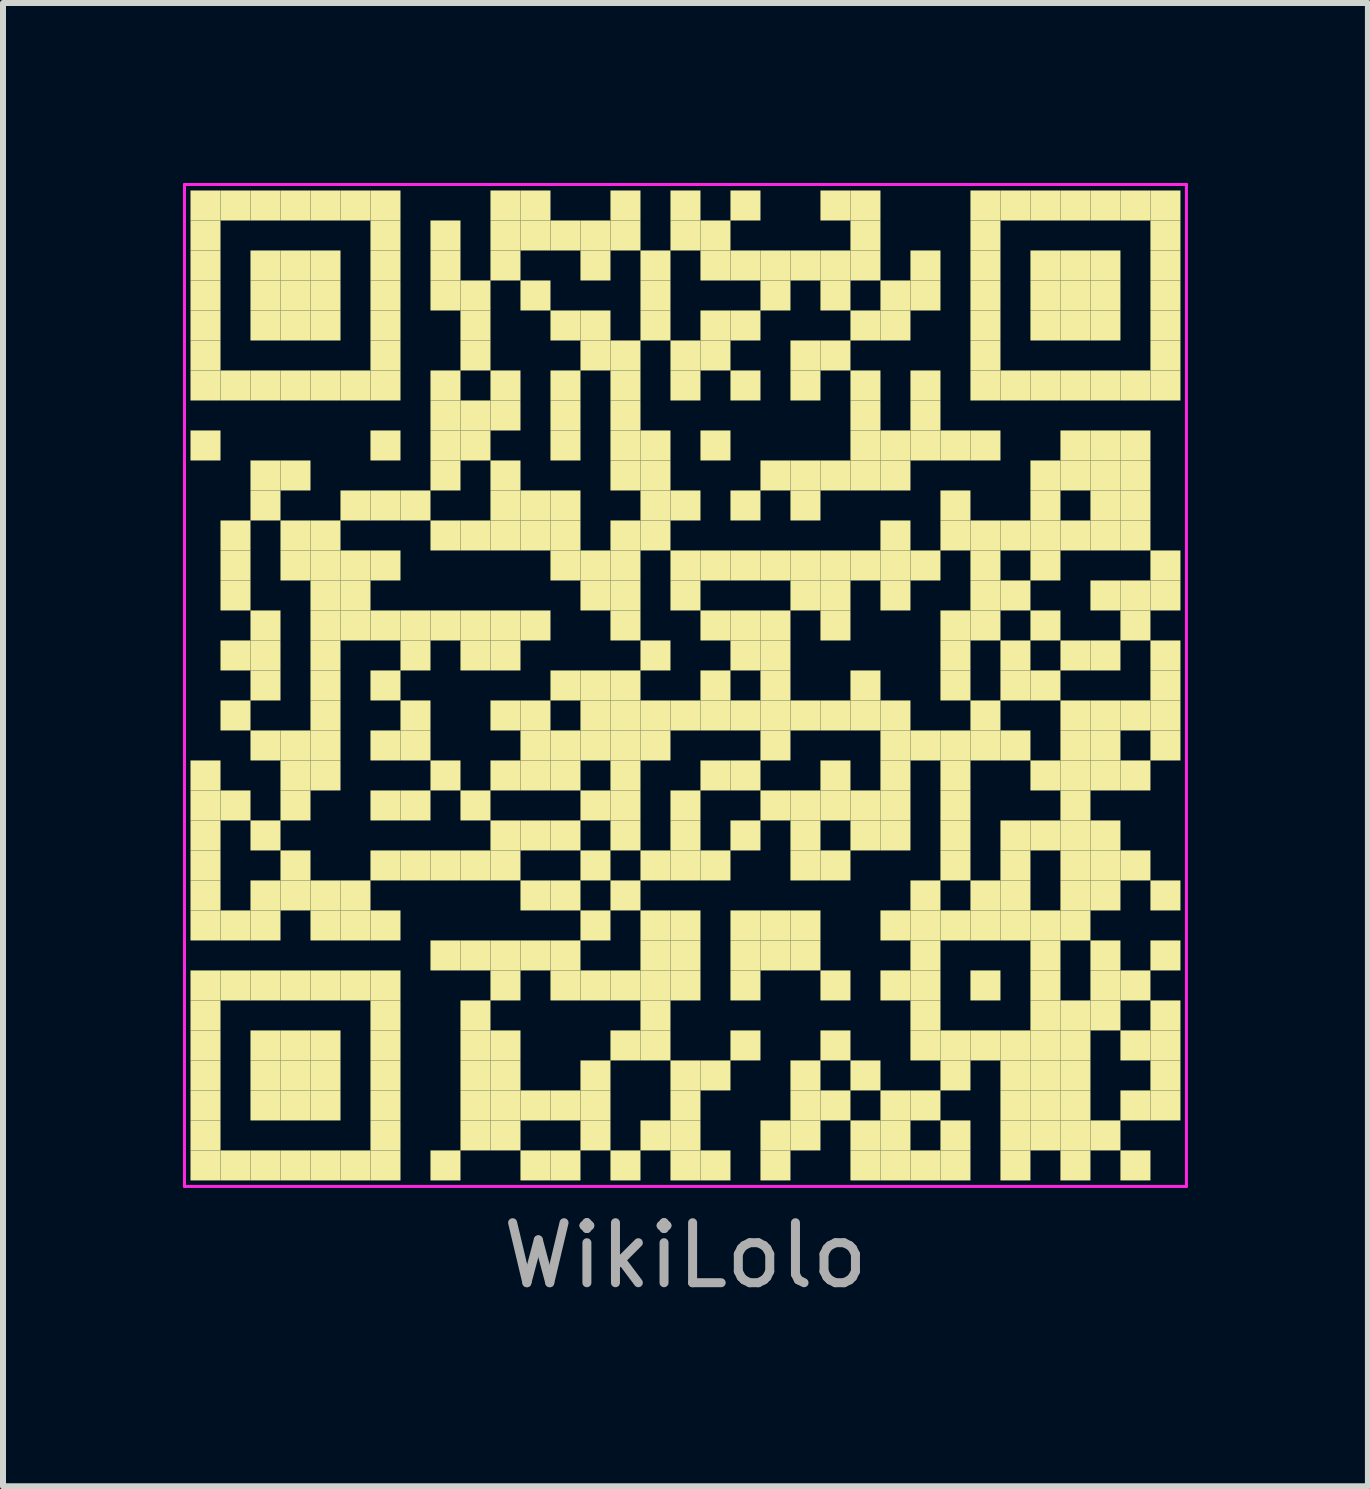
<source format=kicad_pcb>
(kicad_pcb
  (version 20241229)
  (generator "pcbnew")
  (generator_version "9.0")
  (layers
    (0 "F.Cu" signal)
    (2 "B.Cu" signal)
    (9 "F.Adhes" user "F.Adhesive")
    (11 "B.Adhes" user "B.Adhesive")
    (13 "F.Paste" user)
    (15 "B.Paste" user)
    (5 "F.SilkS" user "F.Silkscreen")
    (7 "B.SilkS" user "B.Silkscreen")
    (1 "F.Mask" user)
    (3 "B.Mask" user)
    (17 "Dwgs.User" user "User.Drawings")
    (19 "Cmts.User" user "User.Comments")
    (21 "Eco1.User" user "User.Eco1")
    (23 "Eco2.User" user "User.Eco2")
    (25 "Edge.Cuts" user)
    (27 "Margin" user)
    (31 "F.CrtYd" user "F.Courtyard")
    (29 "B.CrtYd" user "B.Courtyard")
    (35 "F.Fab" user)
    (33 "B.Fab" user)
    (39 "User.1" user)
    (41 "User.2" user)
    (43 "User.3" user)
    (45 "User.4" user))
  (footprint "WikiLolo"
    (layer "F.Cu")
    (at 8.375 8.375)
    (property "Reference" "WikiLolo" (at 0 9.5 0) (layer "F.Fab") (effects (font (size 1 1) (thickness 0.15))))
    (attr through_hole)
    (fp_poly (pts (xy -7.75 -7.75) (xy -7.75 -8.25) (xy -8.25 -8.25) (xy -8.25 -7.75)) (stroke (width 0) (type solid)) (fill yes) (layer "F.SilkS"))
    (fp_poly (pts (xy -7.75 -7.25) (xy -7.75 -7.75) (xy -8.25 -7.75) (xy -8.25 -7.25)) (stroke (width 0) (type solid)) (fill yes) (layer "F.SilkS"))
    (fp_poly (pts (xy -7.75 -6.75) (xy -7.75 -7.25) (xy -8.25 -7.25) (xy -8.25 -6.75)) (stroke (width 0) (type solid)) (fill yes) (layer "F.SilkS"))
    (fp_poly (pts (xy -7.75 -6.25) (xy -7.75 -6.75) (xy -8.25 -6.75) (xy -8.25 -6.25)) (stroke (width 0) (type solid)) (fill yes) (layer "F.SilkS"))
    (fp_poly (pts (xy -7.75 -5.75) (xy -7.75 -6.25) (xy -8.25 -6.25) (xy -8.25 -5.75)) (stroke (width 0) (type solid)) (fill yes) (layer "F.SilkS"))
    (fp_poly (pts (xy -7.75 -5.25) (xy -7.75 -5.75) (xy -8.25 -5.75) (xy -8.25 -5.25)) (stroke (width 0) (type solid)) (fill yes) (layer "F.SilkS"))
    (fp_poly (pts (xy -7.75 -4.75) (xy -7.75 -5.25) (xy -8.25 -5.25) (xy -8.25 -4.75)) (stroke (width 0) (type solid)) (fill yes) (layer "F.SilkS"))
    (fp_poly (pts (xy -7.75 -3.75) (xy -7.75 -4.25) (xy -8.25 -4.25) (xy -8.25 -3.75)) (stroke (width 0) (type solid)) (fill yes) (layer "F.SilkS"))
    (fp_poly (pts (xy -7.75 1.75) (xy -7.75 1.25) (xy -8.25 1.25) (xy -8.25 1.75)) (stroke (width 0) (type solid)) (fill yes) (layer "F.SilkS"))
    (fp_poly (pts (xy -7.75 2.25) (xy -7.75 1.75) (xy -8.25 1.75) (xy -8.25 2.25)) (stroke (width 0) (type solid)) (fill yes) (layer "F.SilkS"))
    (fp_poly (pts (xy -7.75 2.75) (xy -7.75 2.25) (xy -8.25 2.25) (xy -8.25 2.75)) (stroke (width 0) (type solid)) (fill yes) (layer "F.SilkS"))
    (fp_poly (pts (xy -7.75 3.25) (xy -7.75 2.75) (xy -8.25 2.75) (xy -8.25 3.25)) (stroke (width 0) (type solid)) (fill yes) (layer "F.SilkS"))
    (fp_poly (pts (xy -7.75 3.75) (xy -7.75 3.25) (xy -8.25 3.25) (xy -8.25 3.75)) (stroke (width 0) (type solid)) (fill yes) (layer "F.SilkS"))
    (fp_poly (pts (xy -7.75 4.25) (xy -7.75 3.75) (xy -8.25 3.75) (xy -8.25 4.25)) (stroke (width 0) (type solid)) (fill yes) (layer "F.SilkS"))
    (fp_poly (pts (xy -7.75 5.25) (xy -7.75 4.75) (xy -8.25 4.75) (xy -8.25 5.25)) (stroke (width 0) (type solid)) (fill yes) (layer "F.SilkS"))
    (fp_poly (pts (xy -7.75 5.75) (xy -7.75 5.25) (xy -8.25 5.25) (xy -8.25 5.75)) (stroke (width 0) (type solid)) (fill yes) (layer "F.SilkS"))
    (fp_poly (pts (xy -7.75 6.25) (xy -7.75 5.75) (xy -8.25 5.75) (xy -8.25 6.25)) (stroke (width 0) (type solid)) (fill yes) (layer "F.SilkS"))
    (fp_poly (pts (xy -7.75 6.75) (xy -7.75 6.25) (xy -8.25 6.25) (xy -8.25 6.75)) (stroke (width 0) (type solid)) (fill yes) (layer "F.SilkS"))
    (fp_poly (pts (xy -7.75 7.25) (xy -7.75 6.75) (xy -8.25 6.75) (xy -8.25 7.25)) (stroke (width 0) (type solid)) (fill yes) (layer "F.SilkS"))
    (fp_poly (pts (xy -7.75 7.75) (xy -7.75 7.25) (xy -8.25 7.25) (xy -8.25 7.75)) (stroke (width 0) (type solid)) (fill yes) (layer "F.SilkS"))
    (fp_poly (pts (xy -7.75 8.25) (xy -7.75 7.75) (xy -8.25 7.75) (xy -8.25 8.25)) (stroke (width 0) (type solid)) (fill yes) (layer "F.SilkS"))
    (fp_poly (pts (xy -7.25 -7.75) (xy -7.25 -8.25) (xy -7.75 -8.25) (xy -7.75 -7.75)) (stroke (width 0) (type solid)) (fill yes) (layer "F.SilkS"))
    (fp_poly (pts (xy -7.25 -4.75) (xy -7.25 -5.25) (xy -7.75 -5.25) (xy -7.75 -4.75)) (stroke (width 0) (type solid)) (fill yes) (layer "F.SilkS"))
    (fp_poly (pts (xy -7.25 -2.25) (xy -7.25 -2.75) (xy -7.75 -2.75) (xy -7.75 -2.25)) (stroke (width 0) (type solid)) (fill yes) (layer "F.SilkS"))
    (fp_poly (pts (xy -7.25 -1.75) (xy -7.25 -2.25) (xy -7.75 -2.25) (xy -7.75 -1.75)) (stroke (width 0) (type solid)) (fill yes) (layer "F.SilkS"))
    (fp_poly (pts (xy -7.25 -1.25) (xy -7.25 -1.75) (xy -7.75 -1.75) (xy -7.75 -1.25)) (stroke (width 0) (type solid)) (fill yes) (layer "F.SilkS"))
    (fp_poly (pts (xy -7.25 -0.25) (xy -7.25 -0.75) (xy -7.75 -0.75) (xy -7.75 -0.25)) (stroke (width 0) (type solid)) (fill yes) (layer "F.SilkS"))
    (fp_poly (pts (xy -7.25 0.75) (xy -7.25 0.25) (xy -7.75 0.25) (xy -7.75 0.75)) (stroke (width 0) (type solid)) (fill yes) (layer "F.SilkS"))
    (fp_poly (pts (xy -7.25 2.25) (xy -7.25 1.75) (xy -7.75 1.75) (xy -7.75 2.25)) (stroke (width 0) (type solid)) (fill yes) (layer "F.SilkS"))
    (fp_poly (pts (xy -7.25 4.25) (xy -7.25 3.75) (xy -7.75 3.75) (xy -7.75 4.25)) (stroke (width 0) (type solid)) (fill yes) (layer "F.SilkS"))
    (fp_poly (pts (xy -7.25 5.25) (xy -7.25 4.75) (xy -7.75 4.75) (xy -7.75 5.25)) (stroke (width 0) (type solid)) (fill yes) (layer "F.SilkS"))
    (fp_poly (pts (xy -7.25 8.25) (xy -7.25 7.75) (xy -7.75 7.75) (xy -7.75 8.25)) (stroke (width 0) (type solid)) (fill yes) (layer "F.SilkS"))
    (fp_poly (pts (xy -6.75 -7.75) (xy -6.75 -8.25) (xy -7.25 -8.25) (xy -7.25 -7.75)) (stroke (width 0) (type solid)) (fill yes) (layer "F.SilkS"))
    (fp_poly (pts (xy -6.75 -6.75) (xy -6.75 -7.25) (xy -7.25 -7.25) (xy -7.25 -6.75)) (stroke (width 0) (type solid)) (fill yes) (layer "F.SilkS"))
    (fp_poly (pts (xy -6.75 -6.25) (xy -6.75 -6.75) (xy -7.25 -6.75) (xy -7.25 -6.25)) (stroke (width 0) (type solid)) (fill yes) (layer "F.SilkS"))
    (fp_poly (pts (xy -6.75 -5.75) (xy -6.75 -6.25) (xy -7.25 -6.25) (xy -7.25 -5.75)) (stroke (width 0) (type solid)) (fill yes) (layer "F.SilkS"))
    (fp_poly (pts (xy -6.75 -4.75) (xy -6.75 -5.25) (xy -7.25 -5.25) (xy -7.25 -4.75)) (stroke (width 0) (type solid)) (fill yes) (layer "F.SilkS"))
    (fp_poly (pts (xy -6.75 -3.25) (xy -6.75 -3.75) (xy -7.25 -3.75) (xy -7.25 -3.25)) (stroke (width 0) (type solid)) (fill yes) (layer "F.SilkS"))
    (fp_poly (pts (xy -6.75 -2.75) (xy -6.75 -3.25) (xy -7.25 -3.25) (xy -7.25 -2.75)) (stroke (width 0) (type solid)) (fill yes) (layer "F.SilkS"))
    (fp_poly (pts (xy -6.75 -0.75) (xy -6.75 -1.25) (xy -7.25 -1.25) (xy -7.25 -0.75)) (stroke (width 0) (type solid)) (fill yes) (layer "F.SilkS"))
    (fp_poly (pts (xy -6.75 -0.25) (xy -6.75 -0.75) (xy -7.25 -0.75) (xy -7.25 -0.25)) (stroke (width 0) (type solid)) (fill yes) (layer "F.SilkS"))
    (fp_poly (pts (xy -6.75 0.25) (xy -6.75 -0.25) (xy -7.25 -0.25) (xy -7.25 0.25)) (stroke (width 0) (type solid)) (fill yes) (layer "F.SilkS"))
    (fp_poly (pts (xy -6.75 1.25) (xy -6.75 0.75) (xy -7.25 0.75) (xy -7.25 1.25)) (stroke (width 0) (type solid)) (fill yes) (layer "F.SilkS"))
    (fp_poly (pts (xy -6.75 2.75) (xy -6.75 2.25) (xy -7.25 2.25) (xy -7.25 2.75)) (stroke (width 0) (type solid)) (fill yes) (layer "F.SilkS"))
    (fp_poly (pts (xy -6.75 3.75) (xy -6.75 3.25) (xy -7.25 3.25) (xy -7.25 3.75)) (stroke (width 0) (type solid)) (fill yes) (layer "F.SilkS"))
    (fp_poly (pts (xy -6.75 4.25) (xy -6.75 3.75) (xy -7.25 3.75) (xy -7.25 4.25)) (stroke (width 0) (type solid)) (fill yes) (layer "F.SilkS"))
    (fp_poly (pts (xy -6.75 5.25) (xy -6.75 4.75) (xy -7.25 4.75) (xy -7.25 5.25)) (stroke (width 0) (type solid)) (fill yes) (layer "F.SilkS"))
    (fp_poly (pts (xy -6.75 6.25) (xy -6.75 5.75) (xy -7.25 5.75) (xy -7.25 6.25)) (stroke (width 0) (type solid)) (fill yes) (layer "F.SilkS"))
    (fp_poly (pts (xy -6.75 6.75) (xy -6.75 6.25) (xy -7.25 6.25) (xy -7.25 6.75)) (stroke (width 0) (type solid)) (fill yes) (layer "F.SilkS"))
    (fp_poly (pts (xy -6.75 7.25) (xy -6.75 6.75) (xy -7.25 6.75) (xy -7.25 7.25)) (stroke (width 0) (type solid)) (fill yes) (layer "F.SilkS"))
    (fp_poly (pts (xy -6.75 8.25) (xy -6.75 7.75) (xy -7.25 7.75) (xy -7.25 8.25)) (stroke (width 0) (type solid)) (fill yes) (layer "F.SilkS"))
    (fp_poly (pts (xy -6.25 -7.75) (xy -6.25 -8.25) (xy -6.75 -8.25) (xy -6.75 -7.75)) (stroke (width 0) (type solid)) (fill yes) (layer "F.SilkS"))
    (fp_poly (pts (xy -6.25 -6.75) (xy -6.25 -7.25) (xy -6.75 -7.25) (xy -6.75 -6.75)) (stroke (width 0) (type solid)) (fill yes) (layer "F.SilkS"))
    (fp_poly (pts (xy -6.25 -6.25) (xy -6.25 -6.75) (xy -6.75 -6.75) (xy -6.75 -6.25)) (stroke (width 0) (type solid)) (fill yes) (layer "F.SilkS"))
    (fp_poly (pts (xy -6.25 -5.75) (xy -6.25 -6.25) (xy -6.75 -6.25) (xy -6.75 -5.75)) (stroke (width 0) (type solid)) (fill yes) (layer "F.SilkS"))
    (fp_poly (pts (xy -6.25 -4.75) (xy -6.25 -5.25) (xy -6.75 -5.25) (xy -6.75 -4.75)) (stroke (width 0) (type solid)) (fill yes) (layer "F.SilkS"))
    (fp_poly (pts (xy -6.25 -3.25) (xy -6.25 -3.75) (xy -6.75 -3.75) (xy -6.75 -3.25)) (stroke (width 0) (type solid)) (fill yes) (layer "F.SilkS"))
    (fp_poly (pts (xy -6.25 -2.25) (xy -6.25 -2.75) (xy -6.75 -2.75) (xy -6.75 -2.25)) (stroke (width 0) (type solid)) (fill yes) (layer "F.SilkS"))
    (fp_poly (pts (xy -6.25 -1.75) (xy -6.25 -2.25) (xy -6.75 -2.25) (xy -6.75 -1.75)) (stroke (width 0) (type solid)) (fill yes) (layer "F.SilkS"))
    (fp_poly (pts (xy -6.25 1.25) (xy -6.25 0.75) (xy -6.75 0.75) (xy -6.75 1.25)) (stroke (width 0) (type solid)) (fill yes) (layer "F.SilkS"))
    (fp_poly (pts (xy -6.25 1.75) (xy -6.25 1.25) (xy -6.75 1.25) (xy -6.75 1.75)) (stroke (width 0) (type solid)) (fill yes) (layer "F.SilkS"))
    (fp_poly (pts (xy -6.25 2.25) (xy -6.25 1.75) (xy -6.75 1.75) (xy -6.75 2.25)) (stroke (width 0) (type solid)) (fill yes) (layer "F.SilkS"))
    (fp_poly (pts (xy -6.25 3.25) (xy -6.25 2.75) (xy -6.75 2.75) (xy -6.75 3.25)) (stroke (width 0) (type solid)) (fill yes) (layer "F.SilkS"))
    (fp_poly (pts (xy -6.25 3.75) (xy -6.25 3.25) (xy -6.75 3.25) (xy -6.75 3.75)) (stroke (width 0) (type solid)) (fill yes) (layer "F.SilkS"))
    (fp_poly (pts (xy -6.25 5.25) (xy -6.25 4.75) (xy -6.75 4.75) (xy -6.75 5.25)) (stroke (width 0) (type solid)) (fill yes) (layer "F.SilkS"))
    (fp_poly (pts (xy -6.25 6.25) (xy -6.25 5.75) (xy -6.75 5.75) (xy -6.75 6.25)) (stroke (width 0) (type solid)) (fill yes) (layer "F.SilkS"))
    (fp_poly (pts (xy -6.25 6.75) (xy -6.25 6.25) (xy -6.75 6.25) (xy -6.75 6.75)) (stroke (width 0) (type solid)) (fill yes) (layer "F.SilkS"))
    (fp_poly (pts (xy -6.25 7.25) (xy -6.25 6.75) (xy -6.75 6.75) (xy -6.75 7.25)) (stroke (width 0) (type solid)) (fill yes) (layer "F.SilkS"))
    (fp_poly (pts (xy -6.25 8.25) (xy -6.25 7.75) (xy -6.75 7.75) (xy -6.75 8.25)) (stroke (width 0) (type solid)) (fill yes) (layer "F.SilkS"))
    (fp_poly (pts (xy -5.75 -7.75) (xy -5.75 -8.25) (xy -6.25 -8.25) (xy -6.25 -7.75)) (stroke (width 0) (type solid)) (fill yes) (layer "F.SilkS"))
    (fp_poly (pts (xy -5.75 -6.75) (xy -5.75 -7.25) (xy -6.25 -7.25) (xy -6.25 -6.75)) (stroke (width 0) (type solid)) (fill yes) (layer "F.SilkS"))
    (fp_poly (pts (xy -5.75 -6.25) (xy -5.75 -6.75) (xy -6.25 -6.75) (xy -6.25 -6.25)) (stroke (width 0) (type solid)) (fill yes) (layer "F.SilkS"))
    (fp_poly (pts (xy -5.75 -5.75) (xy -5.75 -6.25) (xy -6.25 -6.25) (xy -6.25 -5.75)) (stroke (width 0) (type solid)) (fill yes) (layer "F.SilkS"))
    (fp_poly (pts (xy -5.75 -4.75) (xy -5.75 -5.25) (xy -6.25 -5.25) (xy -6.25 -4.75)) (stroke (width 0) (type solid)) (fill yes) (layer "F.SilkS"))
    (fp_poly (pts (xy -5.75 -2.25) (xy -5.75 -2.75) (xy -6.25 -2.75) (xy -6.25 -2.25)) (stroke (width 0) (type solid)) (fill yes) (layer "F.SilkS"))
    (fp_poly (pts (xy -5.75 -1.75) (xy -5.75 -2.25) (xy -6.25 -2.25) (xy -6.25 -1.75)) (stroke (width 0) (type solid)) (fill yes) (layer "F.SilkS"))
    (fp_poly (pts (xy -5.75 -1.25) (xy -5.75 -1.75) (xy -6.25 -1.75) (xy -6.25 -1.25)) (stroke (width 0) (type solid)) (fill yes) (layer "F.SilkS"))
    (fp_poly (pts (xy -5.75 -0.75) (xy -5.75 -1.25) (xy -6.25 -1.25) (xy -6.25 -0.75)) (stroke (width 0) (type solid)) (fill yes) (layer "F.SilkS"))
    (fp_poly (pts (xy -5.75 -0.25) (xy -5.75 -0.75) (xy -6.25 -0.75) (xy -6.25 -0.25)) (stroke (width 0) (type solid)) (fill yes) (layer "F.SilkS"))
    (fp_poly (pts (xy -5.75 0.25) (xy -5.75 -0.25) (xy -6.25 -0.25) (xy -6.25 0.25)) (stroke (width 0) (type solid)) (fill yes) (layer "F.SilkS"))
    (fp_poly (pts (xy -5.75 0.75) (xy -5.75 0.25) (xy -6.25 0.25) (xy -6.25 0.75)) (stroke (width 0) (type solid)) (fill yes) (layer "F.SilkS"))
    (fp_poly (pts (xy -5.75 1.25) (xy -5.75 0.75) (xy -6.25 0.75) (xy -6.25 1.25)) (stroke (width 0) (type solid)) (fill yes) (layer "F.SilkS"))
    (fp_poly (pts (xy -5.75 1.75) (xy -5.75 1.25) (xy -6.25 1.25) (xy -6.25 1.75)) (stroke (width 0) (type solid)) (fill yes) (layer "F.SilkS"))
    (fp_poly (pts (xy -5.75 3.75) (xy -5.75 3.25) (xy -6.25 3.25) (xy -6.25 3.75)) (stroke (width 0) (type solid)) (fill yes) (layer "F.SilkS"))
    (fp_poly (pts (xy -5.75 4.25) (xy -5.75 3.75) (xy -6.25 3.75) (xy -6.25 4.25)) (stroke (width 0) (type solid)) (fill yes) (layer "F.SilkS"))
    (fp_poly (pts (xy -5.75 5.25) (xy -5.75 4.75) (xy -6.25 4.75) (xy -6.25 5.25)) (stroke (width 0) (type solid)) (fill yes) (layer "F.SilkS"))
    (fp_poly (pts (xy -5.75 6.25) (xy -5.75 5.75) (xy -6.25 5.75) (xy -6.25 6.25)) (stroke (width 0) (type solid)) (fill yes) (layer "F.SilkS"))
    (fp_poly (pts (xy -5.75 6.75) (xy -5.75 6.25) (xy -6.25 6.25) (xy -6.25 6.75)) (stroke (width 0) (type solid)) (fill yes) (layer "F.SilkS"))
    (fp_poly (pts (xy -5.75 7.25) (xy -5.75 6.75) (xy -6.25 6.75) (xy -6.25 7.25)) (stroke (width 0) (type solid)) (fill yes) (layer "F.SilkS"))
    (fp_poly (pts (xy -5.75 8.25) (xy -5.75 7.75) (xy -6.25 7.75) (xy -6.25 8.25)) (stroke (width 0) (type solid)) (fill yes) (layer "F.SilkS"))
    (fp_poly (pts (xy -5.25 -7.75) (xy -5.25 -8.25) (xy -5.75 -8.25) (xy -5.75 -7.75)) (stroke (width 0) (type solid)) (fill yes) (layer "F.SilkS"))
    (fp_poly (pts (xy -5.25 -4.75) (xy -5.25 -5.25) (xy -5.75 -5.25) (xy -5.75 -4.75)) (stroke (width 0) (type solid)) (fill yes) (layer "F.SilkS"))
    (fp_poly (pts (xy -5.25 -2.75) (xy -5.25 -3.25) (xy -5.75 -3.25) (xy -5.75 -2.75)) (stroke (width 0) (type solid)) (fill yes) (layer "F.SilkS"))
    (fp_poly (pts (xy -5.25 -1.75) (xy -5.25 -2.25) (xy -5.75 -2.25) (xy -5.75 -1.75)) (stroke (width 0) (type solid)) (fill yes) (layer "F.SilkS"))
    (fp_poly (pts (xy -5.25 -1.25) (xy -5.25 -1.75) (xy -5.75 -1.75) (xy -5.75 -1.25)) (stroke (width 0) (type solid)) (fill yes) (layer "F.SilkS"))
    (fp_poly (pts (xy -5.25 -0.75) (xy -5.25 -1.25) (xy -5.75 -1.25) (xy -5.75 -0.75)) (stroke (width 0) (type solid)) (fill yes) (layer "F.SilkS"))
    (fp_poly (pts (xy -5.25 3.75) (xy -5.25 3.25) (xy -5.75 3.25) (xy -5.75 3.75)) (stroke (width 0) (type solid)) (fill yes) (layer "F.SilkS"))
    (fp_poly (pts (xy -5.25 4.25) (xy -5.25 3.75) (xy -5.75 3.75) (xy -5.75 4.25)) (stroke (width 0) (type solid)) (fill yes) (layer "F.SilkS"))
    (fp_poly (pts (xy -5.25 5.25) (xy -5.25 4.75) (xy -5.75 4.75) (xy -5.75 5.25)) (stroke (width 0) (type solid)) (fill yes) (layer "F.SilkS"))
    (fp_poly (pts (xy -5.25 8.25) (xy -5.25 7.75) (xy -5.75 7.75) (xy -5.75 8.25)) (stroke (width 0) (type solid)) (fill yes) (layer "F.SilkS"))
    (fp_poly (pts (xy -4.75 -7.75) (xy -4.75 -8.25) (xy -5.25 -8.25) (xy -5.25 -7.75)) (stroke (width 0) (type solid)) (fill yes) (layer "F.SilkS"))
    (fp_poly (pts (xy -4.75 -7.25) (xy -4.75 -7.75) (xy -5.25 -7.75) (xy -5.25 -7.25)) (stroke (width 0) (type solid)) (fill yes) (layer "F.SilkS"))
    (fp_poly (pts (xy -4.75 -6.75) (xy -4.75 -7.25) (xy -5.25 -7.25) (xy -5.25 -6.75)) (stroke (width 0) (type solid)) (fill yes) (layer "F.SilkS"))
    (fp_poly (pts (xy -4.75 -6.25) (xy -4.75 -6.75) (xy -5.25 -6.75) (xy -5.25 -6.25)) (stroke (width 0) (type solid)) (fill yes) (layer "F.SilkS"))
    (fp_poly (pts (xy -4.75 -5.75) (xy -4.75 -6.25) (xy -5.25 -6.25) (xy -5.25 -5.75)) (stroke (width 0) (type solid)) (fill yes) (layer "F.SilkS"))
    (fp_poly (pts (xy -4.75 -5.25) (xy -4.75 -5.75) (xy -5.25 -5.75) (xy -5.25 -5.25)) (stroke (width 0) (type solid)) (fill yes) (layer "F.SilkS"))
    (fp_poly (pts (xy -4.75 -4.75) (xy -4.75 -5.25) (xy -5.25 -5.25) (xy -5.25 -4.75)) (stroke (width 0) (type solid)) (fill yes) (layer "F.SilkS"))
    (fp_poly (pts (xy -4.75 -3.75) (xy -4.75 -4.25) (xy -5.25 -4.25) (xy -5.25 -3.75)) (stroke (width 0) (type solid)) (fill yes) (layer "F.SilkS"))
    (fp_poly (pts (xy -4.75 -2.75) (xy -4.75 -3.25) (xy -5.25 -3.25) (xy -5.25 -2.75)) (stroke (width 0) (type solid)) (fill yes) (layer "F.SilkS"))
    (fp_poly (pts (xy -4.75 -1.75) (xy -4.75 -2.25) (xy -5.25 -2.25) (xy -5.25 -1.75)) (stroke (width 0) (type solid)) (fill yes) (layer "F.SilkS"))
    (fp_poly (pts (xy -4.75 -0.75) (xy -4.75 -1.25) (xy -5.25 -1.25) (xy -5.25 -0.75)) (stroke (width 0) (type solid)) (fill yes) (layer "F.SilkS"))
    (fp_poly (pts (xy -4.75 0.25) (xy -4.75 -0.25) (xy -5.25 -0.25) (xy -5.25 0.25)) (stroke (width 0) (type solid)) (fill yes) (layer "F.SilkS"))
    (fp_poly (pts (xy -4.75 1.25) (xy -4.75 0.75) (xy -5.25 0.75) (xy -5.25 1.25)) (stroke (width 0) (type solid)) (fill yes) (layer "F.SilkS"))
    (fp_poly (pts (xy -4.75 2.25) (xy -4.75 1.75) (xy -5.25 1.75) (xy -5.25 2.25)) (stroke (width 0) (type solid)) (fill yes) (layer "F.SilkS"))
    (fp_poly (pts (xy -4.75 3.25) (xy -4.75 2.75) (xy -5.25 2.75) (xy -5.25 3.25)) (stroke (width 0) (type solid)) (fill yes) (layer "F.SilkS"))
    (fp_poly (pts (xy -4.75 4.25) (xy -4.75 3.75) (xy -5.25 3.75) (xy -5.25 4.25)) (stroke (width 0) (type solid)) (fill yes) (layer "F.SilkS"))
    (fp_poly (pts (xy -4.75 5.25) (xy -4.75 4.75) (xy -5.25 4.75) (xy -5.25 5.25)) (stroke (width 0) (type solid)) (fill yes) (layer "F.SilkS"))
    (fp_poly (pts (xy -4.75 5.75) (xy -4.75 5.25) (xy -5.25 5.25) (xy -5.25 5.75)) (stroke (width 0) (type solid)) (fill yes) (layer "F.SilkS"))
    (fp_poly (pts (xy -4.75 6.25) (xy -4.75 5.75) (xy -5.25 5.75) (xy -5.25 6.25)) (stroke (width 0) (type solid)) (fill yes) (layer "F.SilkS"))
    (fp_poly (pts (xy -4.75 6.75) (xy -4.75 6.25) (xy -5.25 6.25) (xy -5.25 6.75)) (stroke (width 0) (type solid)) (fill yes) (layer "F.SilkS"))
    (fp_poly (pts (xy -4.75 7.25) (xy -4.75 6.75) (xy -5.25 6.75) (xy -5.25 7.25)) (stroke (width 0) (type solid)) (fill yes) (layer "F.SilkS"))
    (fp_poly (pts (xy -4.75 7.75) (xy -4.75 7.25) (xy -5.25 7.25) (xy -5.25 7.75)) (stroke (width 0) (type solid)) (fill yes) (layer "F.SilkS"))
    (fp_poly (pts (xy -4.75 8.25) (xy -4.75 7.75) (xy -5.25 7.75) (xy -5.25 8.25)) (stroke (width 0) (type solid)) (fill yes) (layer "F.SilkS"))
    (fp_poly (pts (xy -4.25 -2.75) (xy -4.25 -3.25) (xy -4.75 -3.25) (xy -4.75 -2.75)) (stroke (width 0) (type solid)) (fill yes) (layer "F.SilkS"))
    (fp_poly (pts (xy -4.25 -0.75) (xy -4.25 -1.25) (xy -4.75 -1.25) (xy -4.75 -0.75)) (stroke (width 0) (type solid)) (fill yes) (layer "F.SilkS"))
    (fp_poly (pts (xy -4.25 -0.25) (xy -4.25 -0.75) (xy -4.75 -0.75) (xy -4.75 -0.25)) (stroke (width 0) (type solid)) (fill yes) (layer "F.SilkS"))
    (fp_poly (pts (xy -4.25 0.75) (xy -4.25 0.25) (xy -4.75 0.25) (xy -4.75 0.75)) (stroke (width 0) (type solid)) (fill yes) (layer "F.SilkS"))
    (fp_poly (pts (xy -4.25 1.25) (xy -4.25 0.75) (xy -4.75 0.75) (xy -4.75 1.25)) (stroke (width 0) (type solid)) (fill yes) (layer "F.SilkS"))
    (fp_poly (pts (xy -4.25 2.25) (xy -4.25 1.75) (xy -4.75 1.75) (xy -4.75 2.25)) (stroke (width 0) (type solid)) (fill yes) (layer "F.SilkS"))
    (fp_poly (pts (xy -4.25 3.25) (xy -4.25 2.75) (xy -4.75 2.75) (xy -4.75 3.25)) (stroke (width 0) (type solid)) (fill yes) (layer "F.SilkS"))
    (fp_poly (pts (xy -3.75 -7.25) (xy -3.75 -7.75) (xy -4.25 -7.75) (xy -4.25 -7.25)) (stroke (width 0) (type solid)) (fill yes) (layer "F.SilkS"))
    (fp_poly (pts (xy -3.75 -6.75) (xy -3.75 -7.25) (xy -4.25 -7.25) (xy -4.25 -6.75)) (stroke (width 0) (type solid)) (fill yes) (layer "F.SilkS"))
    (fp_poly (pts (xy -3.75 -6.25) (xy -3.75 -6.75) (xy -4.25 -6.75) (xy -4.25 -6.25)) (stroke (width 0) (type solid)) (fill yes) (layer "F.SilkS"))
    (fp_poly (pts (xy -3.75 -4.75) (xy -3.75 -5.25) (xy -4.25 -5.25) (xy -4.25 -4.75)) (stroke (width 0) (type solid)) (fill yes) (layer "F.SilkS"))
    (fp_poly (pts (xy -3.75 -4.25) (xy -3.75 -4.75) (xy -4.25 -4.75) (xy -4.25 -4.25)) (stroke (width 0) (type solid)) (fill yes) (layer "F.SilkS"))
    (fp_poly (pts (xy -3.75 -3.75) (xy -3.75 -4.25) (xy -4.25 -4.25) (xy -4.25 -3.75)) (stroke (width 0) (type solid)) (fill yes) (layer "F.SilkS"))
    (fp_poly (pts (xy -3.75 -3.25) (xy -3.75 -3.75) (xy -4.25 -3.75) (xy -4.25 -3.25)) (stroke (width 0) (type solid)) (fill yes) (layer "F.SilkS"))
    (fp_poly (pts (xy -3.75 -2.25) (xy -3.75 -2.75) (xy -4.25 -2.75) (xy -4.25 -2.25)) (stroke (width 0) (type solid)) (fill yes) (layer "F.SilkS"))
    (fp_poly (pts (xy -3.75 -0.75) (xy -3.75 -1.25) (xy -4.25 -1.25) (xy -4.25 -0.75)) (stroke (width 0) (type solid)) (fill yes) (layer "F.SilkS"))
    (fp_poly (pts (xy -3.75 1.75) (xy -3.75 1.25) (xy -4.25 1.25) (xy -4.25 1.75)) (stroke (width 0) (type solid)) (fill yes) (layer "F.SilkS"))
    (fp_poly (pts (xy -3.75 3.25) (xy -3.75 2.75) (xy -4.25 2.75) (xy -4.25 3.25)) (stroke (width 0) (type solid)) (fill yes) (layer "F.SilkS"))
    (fp_poly (pts (xy -3.75 4.75) (xy -3.75 4.25) (xy -4.25 4.25) (xy -4.25 4.75)) (stroke (width 0) (type solid)) (fill yes) (layer "F.SilkS"))
    (fp_poly (pts (xy -3.75 8.25) (xy -3.75 7.75) (xy -4.25 7.75) (xy -4.25 8.25)) (stroke (width 0) (type solid)) (fill yes) (layer "F.SilkS"))
    (fp_poly (pts (xy -3.25 -6.25) (xy -3.25 -6.75) (xy -3.75 -6.75) (xy -3.75 -6.25)) (stroke (width 0) (type solid)) (fill yes) (layer "F.SilkS"))
    (fp_poly (pts (xy -3.25 -5.75) (xy -3.25 -6.25) (xy -3.75 -6.25) (xy -3.75 -5.75)) (stroke (width 0) (type solid)) (fill yes) (layer "F.SilkS"))
    (fp_poly (pts (xy -3.25 -5.25) (xy -3.25 -5.75) (xy -3.75 -5.75) (xy -3.75 -5.25)) (stroke (width 0) (type solid)) (fill yes) (layer "F.SilkS"))
    (fp_poly (pts (xy -3.25 -4.25) (xy -3.25 -4.75) (xy -3.75 -4.75) (xy -3.75 -4.25)) (stroke (width 0) (type solid)) (fill yes) (layer "F.SilkS"))
    (fp_poly (pts (xy -3.25 -3.75) (xy -3.25 -4.25) (xy -3.75 -4.25) (xy -3.75 -3.75)) (stroke (width 0) (type solid)) (fill yes) (layer "F.SilkS"))
    (fp_poly (pts (xy -3.25 -2.25) (xy -3.25 -2.75) (xy -3.75 -2.75) (xy -3.75 -2.25)) (stroke (width 0) (type solid)) (fill yes) (layer "F.SilkS"))
    (fp_poly (pts (xy -3.25 -0.75) (xy -3.25 -1.25) (xy -3.75 -1.25) (xy -3.75 -0.75)) (stroke (width 0) (type solid)) (fill yes) (layer "F.SilkS"))
    (fp_poly (pts (xy -3.25 -0.25) (xy -3.25 -0.75) (xy -3.75 -0.75) (xy -3.75 -0.25)) (stroke (width 0) (type solid)) (fill yes) (layer "F.SilkS"))
    (fp_poly (pts (xy -3.25 2.25) (xy -3.25 1.75) (xy -3.75 1.75) (xy -3.75 2.25)) (stroke (width 0) (type solid)) (fill yes) (layer "F.SilkS"))
    (fp_poly (pts (xy -3.25 3.25) (xy -3.25 2.75) (xy -3.75 2.75) (xy -3.75 3.25)) (stroke (width 0) (type solid)) (fill yes) (layer "F.SilkS"))
    (fp_poly (pts (xy -3.25 4.75) (xy -3.25 4.25) (xy -3.75 4.25) (xy -3.75 4.75)) (stroke (width 0) (type solid)) (fill yes) (layer "F.SilkS"))
    (fp_poly (pts (xy -3.25 5.75) (xy -3.25 5.25) (xy -3.75 5.25) (xy -3.75 5.75)) (stroke (width 0) (type solid)) (fill yes) (layer "F.SilkS"))
    (fp_poly (pts (xy -3.25 6.25) (xy -3.25 5.75) (xy -3.75 5.75) (xy -3.75 6.25)) (stroke (width 0) (type solid)) (fill yes) (layer "F.SilkS"))
    (fp_poly (pts (xy -3.25 6.75) (xy -3.25 6.25) (xy -3.75 6.25) (xy -3.75 6.75)) (stroke (width 0) (type solid)) (fill yes) (layer "F.SilkS"))
    (fp_poly (pts (xy -3.25 7.25) (xy -3.25 6.75) (xy -3.75 6.75) (xy -3.75 7.25)) (stroke (width 0) (type solid)) (fill yes) (layer "F.SilkS"))
    (fp_poly (pts (xy -3.25 7.75) (xy -3.25 7.25) (xy -3.75 7.25) (xy -3.75 7.75)) (stroke (width 0) (type solid)) (fill yes) (layer "F.SilkS"))
    (fp_poly (pts (xy -2.75 -7.75) (xy -2.75 -8.25) (xy -3.25 -8.25) (xy -3.25 -7.75)) (stroke (width 0) (type solid)) (fill yes) (layer "F.SilkS"))
    (fp_poly (pts (xy -2.75 -7.25) (xy -2.75 -7.75) (xy -3.25 -7.75) (xy -3.25 -7.25)) (stroke (width 0) (type solid)) (fill yes) (layer "F.SilkS"))
    (fp_poly (pts (xy -2.75 -6.75) (xy -2.75 -7.25) (xy -3.25 -7.25) (xy -3.25 -6.75)) (stroke (width 0) (type solid)) (fill yes) (layer "F.SilkS"))
    (fp_poly (pts (xy -2.75 -4.75) (xy -2.75 -5.25) (xy -3.25 -5.25) (xy -3.25 -4.75)) (stroke (width 0) (type solid)) (fill yes) (layer "F.SilkS"))
    (fp_poly (pts (xy -2.75 -4.25) (xy -2.75 -4.75) (xy -3.25 -4.75) (xy -3.25 -4.25)) (stroke (width 0) (type solid)) (fill yes) (layer "F.SilkS"))
    (fp_poly (pts (xy -2.75 -3.25) (xy -2.75 -3.75) (xy -3.25 -3.75) (xy -3.25 -3.25)) (stroke (width 0) (type solid)) (fill yes) (layer "F.SilkS"))
    (fp_poly (pts (xy -2.75 -2.75) (xy -2.75 -3.25) (xy -3.25 -3.25) (xy -3.25 -2.75)) (stroke (width 0) (type solid)) (fill yes) (layer "F.SilkS"))
    (fp_poly (pts (xy -2.75 -2.25) (xy -2.75 -2.75) (xy -3.25 -2.75) (xy -3.25 -2.25)) (stroke (width 0) (type solid)) (fill yes) (layer "F.SilkS"))
    (fp_poly (pts (xy -2.75 -0.75) (xy -2.75 -1.25) (xy -3.25 -1.25) (xy -3.25 -0.75)) (stroke (width 0) (type solid)) (fill yes) (layer "F.SilkS"))
    (fp_poly (pts (xy -2.75 -0.25) (xy -2.75 -0.75) (xy -3.25 -0.75) (xy -3.25 -0.25)) (stroke (width 0) (type solid)) (fill yes) (layer "F.SilkS"))
    (fp_poly (pts (xy -2.75 0.75) (xy -2.75 0.25) (xy -3.25 0.25) (xy -3.25 0.75)) (stroke (width 0) (type solid)) (fill yes) (layer "F.SilkS"))
    (fp_poly (pts (xy -2.75 1.75) (xy -2.75 1.25) (xy -3.25 1.25) (xy -3.25 1.75)) (stroke (width 0) (type solid)) (fill yes) (layer "F.SilkS"))
    (fp_poly (pts (xy -2.75 2.75) (xy -2.75 2.25) (xy -3.25 2.25) (xy -3.25 2.75)) (stroke (width 0) (type solid)) (fill yes) (layer "F.SilkS"))
    (fp_poly (pts (xy -2.75 3.25) (xy -2.75 2.75) (xy -3.25 2.75) (xy -3.25 3.25)) (stroke (width 0) (type solid)) (fill yes) (layer "F.SilkS"))
    (fp_poly (pts (xy -2.75 4.75) (xy -2.75 4.25) (xy -3.25 4.25) (xy -3.25 4.75)) (stroke (width 0) (type solid)) (fill yes) (layer "F.SilkS"))
    (fp_poly (pts (xy -2.75 5.25) (xy -2.75 4.75) (xy -3.25 4.75) (xy -3.25 5.25)) (stroke (width 0) (type solid)) (fill yes) (layer "F.SilkS"))
    (fp_poly (pts (xy -2.75 6.25) (xy -2.75 5.75) (xy -3.25 5.75) (xy -3.25 6.25)) (stroke (width 0) (type solid)) (fill yes) (layer "F.SilkS"))
    (fp_poly (pts (xy -2.75 6.75) (xy -2.75 6.25) (xy -3.25 6.25) (xy -3.25 6.75)) (stroke (width 0) (type solid)) (fill yes) (layer "F.SilkS"))
    (fp_poly (pts (xy -2.75 7.25) (xy -2.75 6.75) (xy -3.25 6.75) (xy -3.25 7.25)) (stroke (width 0) (type solid)) (fill yes) (layer "F.SilkS"))
    (fp_poly (pts (xy -2.75 7.75) (xy -2.75 7.25) (xy -3.25 7.25) (xy -3.25 7.75)) (stroke (width 0) (type solid)) (fill yes) (layer "F.SilkS"))
    (fp_poly (pts (xy -2.25 -7.75) (xy -2.25 -8.25) (xy -2.75 -8.25) (xy -2.75 -7.75)) (stroke (width 0) (type solid)) (fill yes) (layer "F.SilkS"))
    (fp_poly (pts (xy -2.25 -7.25) (xy -2.25 -7.75) (xy -2.75 -7.75) (xy -2.75 -7.25)) (stroke (width 0) (type solid)) (fill yes) (layer "F.SilkS"))
    (fp_poly (pts (xy -2.25 -6.25) (xy -2.25 -6.75) (xy -2.75 -6.75) (xy -2.75 -6.25)) (stroke (width 0) (type solid)) (fill yes) (layer "F.SilkS"))
    (fp_poly (pts (xy -2.25 -2.75) (xy -2.25 -3.25) (xy -2.75 -3.25) (xy -2.75 -2.75)) (stroke (width 0) (type solid)) (fill yes) (layer "F.SilkS"))
    (fp_poly (pts (xy -2.25 -2.25) (xy -2.25 -2.75) (xy -2.75 -2.75) (xy -2.75 -2.25)) (stroke (width 0) (type solid)) (fill yes) (layer "F.SilkS"))
    (fp_poly (pts (xy -2.25 -0.75) (xy -2.25 -1.25) (xy -2.75 -1.25) (xy -2.75 -0.75)) (stroke (width 0) (type solid)) (fill yes) (layer "F.SilkS"))
    (fp_poly (pts (xy -2.25 0.75) (xy -2.25 0.25) (xy -2.75 0.25) (xy -2.75 0.75)) (stroke (width 0) (type solid)) (fill yes) (layer "F.SilkS"))
    (fp_poly (pts (xy -2.25 1.25) (xy -2.25 0.75) (xy -2.75 0.75) (xy -2.75 1.25)) (stroke (width 0) (type solid)) (fill yes) (layer "F.SilkS"))
    (fp_poly (pts (xy -2.25 1.75) (xy -2.25 1.25) (xy -2.75 1.25) (xy -2.75 1.75)) (stroke (width 0) (type solid)) (fill yes) (layer "F.SilkS"))
    (fp_poly (pts (xy -2.25 2.75) (xy -2.25 2.25) (xy -2.75 2.25) (xy -2.75 2.75)) (stroke (width 0) (type solid)) (fill yes) (layer "F.SilkS"))
    (fp_poly (pts (xy -2.25 3.75) (xy -2.25 3.25) (xy -2.75 3.25) (xy -2.75 3.75)) (stroke (width 0) (type solid)) (fill yes) (layer "F.SilkS"))
    (fp_poly (pts (xy -2.25 4.75) (xy -2.25 4.25) (xy -2.75 4.25) (xy -2.75 4.75)) (stroke (width 0) (type solid)) (fill yes) (layer "F.SilkS"))
    (fp_poly (pts (xy -2.25 7.25) (xy -2.25 6.75) (xy -2.75 6.75) (xy -2.75 7.25)) (stroke (width 0) (type solid)) (fill yes) (layer "F.SilkS"))
    (fp_poly (pts (xy -2.25 8.25) (xy -2.25 7.75) (xy -2.75 7.75) (xy -2.75 8.25)) (stroke (width 0) (type solid)) (fill yes) (layer "F.SilkS"))
    (fp_poly (pts (xy -1.75 -7.25) (xy -1.75 -7.75) (xy -2.25 -7.75) (xy -2.25 -7.25)) (stroke (width 0) (type solid)) (fill yes) (layer "F.SilkS"))
    (fp_poly (pts (xy -1.75 -5.75) (xy -1.75 -6.25) (xy -2.25 -6.25) (xy -2.25 -5.75)) (stroke (width 0) (type solid)) (fill yes) (layer "F.SilkS"))
    (fp_poly (pts (xy -1.75 -4.75) (xy -1.75 -5.25) (xy -2.25 -5.25) (xy -2.25 -4.75)) (stroke (width 0) (type solid)) (fill yes) (layer "F.SilkS"))
    (fp_poly (pts (xy -1.75 -4.25) (xy -1.75 -4.75) (xy -2.25 -4.75) (xy -2.25 -4.25)) (stroke (width 0) (type solid)) (fill yes) (layer "F.SilkS"))
    (fp_poly (pts (xy -1.75 -3.75) (xy -1.75 -4.25) (xy -2.25 -4.25) (xy -2.25 -3.75)) (stroke (width 0) (type solid)) (fill yes) (layer "F.SilkS"))
    (fp_poly (pts (xy -1.75 -2.75) (xy -1.75 -3.25) (xy -2.25 -3.25) (xy -2.25 -2.75)) (stroke (width 0) (type solid)) (fill yes) (layer "F.SilkS"))
    (fp_poly (pts (xy -1.75 -2.25) (xy -1.75 -2.75) (xy -2.25 -2.75) (xy -2.25 -2.25)) (stroke (width 0) (type solid)) (fill yes) (layer "F.SilkS"))
    (fp_poly (pts (xy -1.75 -1.75) (xy -1.75 -2.25) (xy -2.25 -2.25) (xy -2.25 -1.75)) (stroke (width 0) (type solid)) (fill yes) (layer "F.SilkS"))
    (fp_poly (pts (xy -1.75 0.25) (xy -1.75 -0.25) (xy -2.25 -0.25) (xy -2.25 0.25)) (stroke (width 0) (type solid)) (fill yes) (layer "F.SilkS"))
    (fp_poly (pts (xy -1.75 1.25) (xy -1.75 0.75) (xy -2.25 0.75) (xy -2.25 1.25)) (stroke (width 0) (type solid)) (fill yes) (layer "F.SilkS"))
    (fp_poly (pts (xy -1.75 1.75) (xy -1.75 1.25) (xy -2.25 1.25) (xy -2.25 1.75)) (stroke (width 0) (type solid)) (fill yes) (layer "F.SilkS"))
    (fp_poly (pts (xy -1.75 2.75) (xy -1.75 2.25) (xy -2.25 2.25) (xy -2.25 2.75)) (stroke (width 0) (type solid)) (fill yes) (layer "F.SilkS"))
    (fp_poly (pts (xy -1.75 3.75) (xy -1.75 3.25) (xy -2.25 3.25) (xy -2.25 3.75)) (stroke (width 0) (type solid)) (fill yes) (layer "F.SilkS"))
    (fp_poly (pts (xy -1.75 4.75) (xy -1.75 4.25) (xy -2.25 4.25) (xy -2.25 4.75)) (stroke (width 0) (type solid)) (fill yes) (layer "F.SilkS"))
    (fp_poly (pts (xy -1.75 5.25) (xy -1.75 4.75) (xy -2.25 4.75) (xy -2.25 5.25)) (stroke (width 0) (type solid)) (fill yes) (layer "F.SilkS"))
    (fp_poly (pts (xy -1.75 7.25) (xy -1.75 6.75) (xy -2.25 6.75) (xy -2.25 7.25)) (stroke (width 0) (type solid)) (fill yes) (layer "F.SilkS"))
    (fp_poly (pts (xy -1.75 8.25) (xy -1.75 7.75) (xy -2.25 7.75) (xy -2.25 8.25)) (stroke (width 0) (type solid)) (fill yes) (layer "F.SilkS"))
    (fp_poly (pts (xy -1.25 -7.25) (xy -1.25 -7.75) (xy -1.75 -7.75) (xy -1.75 -7.25)) (stroke (width 0) (type solid)) (fill yes) (layer "F.SilkS"))
    (fp_poly (pts (xy -1.25 -6.75) (xy -1.25 -7.25) (xy -1.75 -7.25) (xy -1.75 -6.75)) (stroke (width 0) (type solid)) (fill yes) (layer "F.SilkS"))
    (fp_poly (pts (xy -1.25 -5.75) (xy -1.25 -6.25) (xy -1.75 -6.25) (xy -1.75 -5.75)) (stroke (width 0) (type solid)) (fill yes) (layer "F.SilkS"))
    (fp_poly (pts (xy -1.25 -5.25) (xy -1.25 -5.75) (xy -1.75 -5.75) (xy -1.75 -5.25)) (stroke (width 0) (type solid)) (fill yes) (layer "F.SilkS"))
    (fp_poly (pts (xy -1.25 -1.75) (xy -1.25 -2.25) (xy -1.75 -2.25) (xy -1.75 -1.75)) (stroke (width 0) (type solid)) (fill yes) (layer "F.SilkS"))
    (fp_poly (pts (xy -1.25 -1.25) (xy -1.25 -1.75) (xy -1.75 -1.75) (xy -1.75 -1.25)) (stroke (width 0) (type solid)) (fill yes) (layer "F.SilkS"))
    (fp_poly (pts (xy -1.25 0.25) (xy -1.25 -0.25) (xy -1.75 -0.25) (xy -1.75 0.25)) (stroke (width 0) (type solid)) (fill yes) (layer "F.SilkS"))
    (fp_poly (pts (xy -1.25 0.75) (xy -1.25 0.25) (xy -1.75 0.25) (xy -1.75 0.75)) (stroke (width 0) (type solid)) (fill yes) (layer "F.SilkS"))
    (fp_poly (pts (xy -1.25 1.25) (xy -1.25 0.75) (xy -1.75 0.75) (xy -1.75 1.25)) (stroke (width 0) (type solid)) (fill yes) (layer "F.SilkS"))
    (fp_poly (pts (xy -1.25 2.25) (xy -1.25 1.75) (xy -1.75 1.75) (xy -1.75 2.25)) (stroke (width 0) (type solid)) (fill yes) (layer "F.SilkS"))
    (fp_poly (pts (xy -1.25 3.25) (xy -1.25 2.75) (xy -1.75 2.75) (xy -1.75 3.25)) (stroke (width 0) (type solid)) (fill yes) (layer "F.SilkS"))
    (fp_poly (pts (xy -1.25 4.25) (xy -1.25 3.75) (xy -1.75 3.75) (xy -1.75 4.25)) (stroke (width 0) (type solid)) (fill yes) (layer "F.SilkS"))
    (fp_poly (pts (xy -1.25 5.25) (xy -1.25 4.75) (xy -1.75 4.75) (xy -1.75 5.25)) (stroke (width 0) (type solid)) (fill yes) (layer "F.SilkS"))
    (fp_poly (pts (xy -1.25 6.75) (xy -1.25 6.25) (xy -1.75 6.25) (xy -1.75 6.75)) (stroke (width 0) (type solid)) (fill yes) (layer "F.SilkS"))
    (fp_poly (pts (xy -1.25 7.25) (xy -1.25 6.75) (xy -1.75 6.75) (xy -1.75 7.25)) (stroke (width 0) (type solid)) (fill yes) (layer "F.SilkS"))
    (fp_poly (pts (xy -1.25 7.75) (xy -1.25 7.25) (xy -1.75 7.25) (xy -1.75 7.75)) (stroke (width 0) (type solid)) (fill yes) (layer "F.SilkS"))
    (fp_poly (pts (xy -0.75 -7.75) (xy -0.75 -8.25) (xy -1.25 -8.25) (xy -1.25 -7.75)) (stroke (width 0) (type solid)) (fill yes) (layer "F.SilkS"))
    (fp_poly (pts (xy -0.75 -7.25) (xy -0.75 -7.75) (xy -1.25 -7.75) (xy -1.25 -7.25)) (stroke (width 0) (type solid)) (fill yes) (layer "F.SilkS"))
    (fp_poly (pts (xy -0.75 -5.25) (xy -0.75 -5.75) (xy -1.25 -5.75) (xy -1.25 -5.25)) (stroke (width 0) (type solid)) (fill yes) (layer "F.SilkS"))
    (fp_poly (pts (xy -0.75 -4.75) (xy -0.75 -5.25) (xy -1.25 -5.25) (xy -1.25 -4.75)) (stroke (width 0) (type solid)) (fill yes) (layer "F.SilkS"))
    (fp_poly (pts (xy -0.75 -4.25) (xy -0.75 -4.75) (xy -1.25 -4.75) (xy -1.25 -4.25)) (stroke (width 0) (type solid)) (fill yes) (layer "F.SilkS"))
    (fp_poly (pts (xy -0.75 -3.75) (xy -0.75 -4.25) (xy -1.25 -4.25) (xy -1.25 -3.75)) (stroke (width 0) (type solid)) (fill yes) (layer "F.SilkS"))
    (fp_poly (pts (xy -0.75 -3.25) (xy -0.75 -3.75) (xy -1.25 -3.75) (xy -1.25 -3.25)) (stroke (width 0) (type solid)) (fill yes) (layer "F.SilkS"))
    (fp_poly (pts (xy -0.75 -2.25) (xy -0.75 -2.75) (xy -1.25 -2.75) (xy -1.25 -2.25)) (stroke (width 0) (type solid)) (fill yes) (layer "F.SilkS"))
    (fp_poly (pts (xy -0.75 -1.75) (xy -0.75 -2.25) (xy -1.25 -2.25) (xy -1.25 -1.75)) (stroke (width 0) (type solid)) (fill yes) (layer "F.SilkS"))
    (fp_poly (pts (xy -0.75 -1.25) (xy -0.75 -1.75) (xy -1.25 -1.75) (xy -1.25 -1.25)) (stroke (width 0) (type solid)) (fill yes) (layer "F.SilkS"))
    (fp_poly (pts (xy -0.75 -0.75) (xy -0.75 -1.25) (xy -1.25 -1.25) (xy -1.25 -0.75)) (stroke (width 0) (type solid)) (fill yes) (layer "F.SilkS"))
    (fp_poly (pts (xy -0.75 0.25) (xy -0.75 -0.25) (xy -1.25 -0.25) (xy -1.25 0.25)) (stroke (width 0) (type solid)) (fill yes) (layer "F.SilkS"))
    (fp_poly (pts (xy -0.75 0.75) (xy -0.75 0.25) (xy -1.25 0.25) (xy -1.25 0.75)) (stroke (width 0) (type solid)) (fill yes) (layer "F.SilkS"))
    (fp_poly (pts (xy -0.75 1.25) (xy -0.75 0.75) (xy -1.25 0.75) (xy -1.25 1.25)) (stroke (width 0) (type solid)) (fill yes) (layer "F.SilkS"))
    (fp_poly (pts (xy -0.75 1.75) (xy -0.75 1.25) (xy -1.25 1.25) (xy -1.25 1.75)) (stroke (width 0) (type solid)) (fill yes) (layer "F.SilkS"))
    (fp_poly (pts (xy -0.75 2.25) (xy -0.75 1.75) (xy -1.25 1.75) (xy -1.25 2.25)) (stroke (width 0) (type solid)) (fill yes) (layer "F.SilkS"))
    (fp_poly (pts (xy -0.75 2.75) (xy -0.75 2.25) (xy -1.25 2.25) (xy -1.25 2.75)) (stroke (width 0) (type solid)) (fill yes) (layer "F.SilkS"))
    (fp_poly (pts (xy -0.75 3.75) (xy -0.75 3.25) (xy -1.25 3.25) (xy -1.25 3.75)) (stroke (width 0) (type solid)) (fill yes) (layer "F.SilkS"))
    (fp_poly (pts (xy -0.75 5.25) (xy -0.75 4.75) (xy -1.25 4.75) (xy -1.25 5.25)) (stroke (width 0) (type solid)) (fill yes) (layer "F.SilkS"))
    (fp_poly (pts (xy -0.75 6.25) (xy -0.75 5.75) (xy -1.25 5.75) (xy -1.25 6.25)) (stroke (width 0) (type solid)) (fill yes) (layer "F.SilkS"))
    (fp_poly (pts (xy -0.75 8.25) (xy -0.75 7.75) (xy -1.25 7.75) (xy -1.25 8.25)) (stroke (width 0) (type solid)) (fill yes) (layer "F.SilkS"))
    (fp_poly (pts (xy -0.25 -6.75) (xy -0.25 -7.25) (xy -0.75 -7.25) (xy -0.75 -6.75)) (stroke (width 0) (type solid)) (fill yes) (layer "F.SilkS"))
    (fp_poly (pts (xy -0.25 -6.25) (xy -0.25 -6.75) (xy -0.75 -6.75) (xy -0.75 -6.25)) (stroke (width 0) (type solid)) (fill yes) (layer "F.SilkS"))
    (fp_poly (pts (xy -0.25 -5.75) (xy -0.25 -6.25) (xy -0.75 -6.25) (xy -0.75 -5.75)) (stroke (width 0) (type solid)) (fill yes) (layer "F.SilkS"))
    (fp_poly (pts (xy -0.25 -3.75) (xy -0.25 -4.25) (xy -0.75 -4.25) (xy -0.75 -3.75)) (stroke (width 0) (type solid)) (fill yes) (layer "F.SilkS"))
    (fp_poly (pts (xy -0.25 -3.25) (xy -0.25 -3.75) (xy -0.75 -3.75) (xy -0.75 -3.25)) (stroke (width 0) (type solid)) (fill yes) (layer "F.SilkS"))
    (fp_poly (pts (xy -0.25 -2.75) (xy -0.25 -3.25) (xy -0.75 -3.25) (xy -0.75 -2.75)) (stroke (width 0) (type solid)) (fill yes) (layer "F.SilkS"))
    (fp_poly (pts (xy -0.25 -2.25) (xy -0.25 -2.75) (xy -0.75 -2.75) (xy -0.75 -2.25)) (stroke (width 0) (type solid)) (fill yes) (layer "F.SilkS"))
    (fp_poly (pts (xy -0.25 -0.25) (xy -0.25 -0.75) (xy -0.75 -0.75) (xy -0.75 -0.25)) (stroke (width 0) (type solid)) (fill yes) (layer "F.SilkS"))
    (fp_poly (pts (xy -0.25 0.75) (xy -0.25 0.25) (xy -0.75 0.25) (xy -0.75 0.75)) (stroke (width 0) (type solid)) (fill yes) (layer "F.SilkS"))
    (fp_poly (pts (xy -0.25 1.25) (xy -0.25 0.75) (xy -0.75 0.75) (xy -0.75 1.25)) (stroke (width 0) (type solid)) (fill yes) (layer "F.SilkS"))
    (fp_poly (pts (xy -0.25 3.25) (xy -0.25 2.75) (xy -0.75 2.75) (xy -0.75 3.25)) (stroke (width 0) (type solid)) (fill yes) (layer "F.SilkS"))
    (fp_poly (pts (xy -0.25 4.25) (xy -0.25 3.75) (xy -0.75 3.75) (xy -0.75 4.25)) (stroke (width 0) (type solid)) (fill yes) (layer "F.SilkS"))
    (fp_poly (pts (xy -0.25 4.75) (xy -0.25 4.25) (xy -0.75 4.25) (xy -0.75 4.75)) (stroke (width 0) (type solid)) (fill yes) (layer "F.SilkS"))
    (fp_poly (pts (xy -0.25 5.25) (xy -0.25 4.75) (xy -0.75 4.75) (xy -0.75 5.25)) (stroke (width 0) (type solid)) (fill yes) (layer "F.SilkS"))
    (fp_poly (pts (xy -0.25 5.75) (xy -0.25 5.25) (xy -0.75 5.25) (xy -0.75 5.75)) (stroke (width 0) (type solid)) (fill yes) (layer "F.SilkS"))
    (fp_poly (pts (xy -0.25 6.25) (xy -0.25 5.75) (xy -0.75 5.75) (xy -0.75 6.25)) (stroke (width 0) (type solid)) (fill yes) (layer "F.SilkS"))
    (fp_poly (pts (xy -0.25 7.75) (xy -0.25 7.25) (xy -0.75 7.25) (xy -0.75 7.75)) (stroke (width 0) (type solid)) (fill yes) (layer "F.SilkS"))
    (fp_poly (pts (xy 0.25 -7.75) (xy 0.25 -8.25) (xy -0.25 -8.25) (xy -0.25 -7.75)) (stroke (width 0) (type solid)) (fill yes) (layer "F.SilkS"))
    (fp_poly (pts (xy 0.25 -7.25) (xy 0.25 -7.75) (xy -0.25 -7.75) (xy -0.25 -7.25)) (stroke (width 0) (type solid)) (fill yes) (layer "F.SilkS"))
    (fp_poly (pts (xy 0.25 -5.25) (xy 0.25 -5.75) (xy -0.25 -5.75) (xy -0.25 -5.25)) (stroke (width 0) (type solid)) (fill yes) (layer "F.SilkS"))
    (fp_poly (pts (xy 0.25 -4.75) (xy 0.25 -5.25) (xy -0.25 -5.25) (xy -0.25 -4.75)) (stroke (width 0) (type solid)) (fill yes) (layer "F.SilkS"))
    (fp_poly (pts (xy 0.25 -2.75) (xy 0.25 -3.25) (xy -0.25 -3.25) (xy -0.25 -2.75)) (stroke (width 0) (type solid)) (fill yes) (layer "F.SilkS"))
    (fp_poly (pts (xy 0.25 -1.75) (xy 0.25 -2.25) (xy -0.25 -2.25) (xy -0.25 -1.75)) (stroke (width 0) (type solid)) (fill yes) (layer "F.SilkS"))
    (fp_poly (pts (xy 0.25 -1.25) (xy 0.25 -1.75) (xy -0.25 -1.75) (xy -0.25 -1.25)) (stroke (width 0) (type solid)) (fill yes) (layer "F.SilkS"))
    (fp_poly (pts (xy 0.25 0.75) (xy 0.25 0.25) (xy -0.25 0.25) (xy -0.25 0.75)) (stroke (width 0) (type solid)) (fill yes) (layer "F.SilkS"))
    (fp_poly (pts (xy 0.25 2.25) (xy 0.25 1.75) (xy -0.25 1.75) (xy -0.25 2.25)) (stroke (width 0) (type solid)) (fill yes) (layer "F.SilkS"))
    (fp_poly (pts (xy 0.25 2.75) (xy 0.25 2.25) (xy -0.25 2.25) (xy -0.25 2.75)) (stroke (width 0) (type solid)) (fill yes) (layer "F.SilkS"))
    (fp_poly (pts (xy 0.25 3.25) (xy 0.25 2.75) (xy -0.25 2.75) (xy -0.25 3.25)) (stroke (width 0) (type solid)) (fill yes) (layer "F.SilkS"))
    (fp_poly (pts (xy 0.25 4.25) (xy 0.25 3.75) (xy -0.25 3.75) (xy -0.25 4.25)) (stroke (width 0) (type solid)) (fill yes) (layer "F.SilkS"))
    (fp_poly (pts (xy 0.25 4.75) (xy 0.25 4.25) (xy -0.25 4.25) (xy -0.25 4.75)) (stroke (width 0) (type solid)) (fill yes) (layer "F.SilkS"))
    (fp_poly (pts (xy 0.25 5.25) (xy 0.25 4.75) (xy -0.25 4.75) (xy -0.25 5.25)) (stroke (width 0) (type solid)) (fill yes) (layer "F.SilkS"))
    (fp_poly (pts (xy 0.25 6.75) (xy 0.25 6.25) (xy -0.25 6.25) (xy -0.25 6.75)) (stroke (width 0) (type solid)) (fill yes) (layer "F.SilkS"))
    (fp_poly (pts (xy 0.25 7.25) (xy 0.25 6.75) (xy -0.25 6.75) (xy -0.25 7.25)) (stroke (width 0) (type solid)) (fill yes) (layer "F.SilkS"))
    (fp_poly (pts (xy 0.25 7.75) (xy 0.25 7.25) (xy -0.25 7.25) (xy -0.25 7.75)) (stroke (width 0) (type solid)) (fill yes) (layer "F.SilkS"))
    (fp_poly (pts (xy 0.25 8.25) (xy 0.25 7.75) (xy -0.25 7.75) (xy -0.25 8.25)) (stroke (width 0) (type solid)) (fill yes) (layer "F.SilkS"))
    (fp_poly (pts (xy 0.75 -7.25) (xy 0.75 -7.75) (xy 0.25 -7.75) (xy 0.25 -7.25)) (stroke (width 0) (type solid)) (fill yes) (layer "F.SilkS"))
    (fp_poly (pts (xy 0.75 -6.75) (xy 0.75 -7.25) (xy 0.25 -7.25) (xy 0.25 -6.75)) (stroke (width 0) (type solid)) (fill yes) (layer "F.SilkS"))
    (fp_poly (pts (xy 0.75 -5.75) (xy 0.75 -6.25) (xy 0.25 -6.25) (xy 0.25 -5.75)) (stroke (width 0) (type solid)) (fill yes) (layer "F.SilkS"))
    (fp_poly (pts (xy 0.75 -5.25) (xy 0.75 -5.75) (xy 0.25 -5.75) (xy 0.25 -5.25)) (stroke (width 0) (type solid)) (fill yes) (layer "F.SilkS"))
    (fp_poly (pts (xy 0.75 -3.75) (xy 0.75 -4.25) (xy 0.25 -4.25) (xy 0.25 -3.75)) (stroke (width 0) (type solid)) (fill yes) (layer "F.SilkS"))
    (fp_poly (pts (xy 0.75 -1.75) (xy 0.75 -2.25) (xy 0.25 -2.25) (xy 0.25 -1.75)) (stroke (width 0) (type solid)) (fill yes) (layer "F.SilkS"))
    (fp_poly (pts (xy 0.75 -0.75) (xy 0.75 -1.25) (xy 0.25 -1.25) (xy 0.25 -0.75)) (stroke (width 0) (type solid)) (fill yes) (layer "F.SilkS"))
    (fp_poly (pts (xy 0.75 0.25) (xy 0.75 -0.25) (xy 0.25 -0.25) (xy 0.25 0.25)) (stroke (width 0) (type solid)) (fill yes) (layer "F.SilkS"))
    (fp_poly (pts (xy 0.75 0.75) (xy 0.75 0.25) (xy 0.25 0.25) (xy 0.25 0.75)) (stroke (width 0) (type solid)) (fill yes) (layer "F.SilkS"))
    (fp_poly (pts (xy 0.75 1.75) (xy 0.75 1.25) (xy 0.25 1.25) (xy 0.25 1.75)) (stroke (width 0) (type solid)) (fill yes) (layer "F.SilkS"))
    (fp_poly (pts (xy 0.75 3.25) (xy 0.75 2.75) (xy 0.25 2.75) (xy 0.25 3.25)) (stroke (width 0) (type solid)) (fill yes) (layer "F.SilkS"))
    (fp_poly (pts (xy 0.75 6.75) (xy 0.75 6.25) (xy 0.25 6.25) (xy 0.25 6.75)) (stroke (width 0) (type solid)) (fill yes) (layer "F.SilkS"))
    (fp_poly (pts (xy 0.75 8.25) (xy 0.75 7.75) (xy 0.25 7.75) (xy 0.25 8.25)) (stroke (width 0) (type solid)) (fill yes) (layer "F.SilkS"))
    (fp_poly (pts (xy 1.25 -7.75) (xy 1.25 -8.25) (xy 0.75 -8.25) (xy 0.75 -7.75)) (stroke (width 0) (type solid)) (fill yes) (layer "F.SilkS"))
    (fp_poly (pts (xy 1.25 -6.75) (xy 1.25 -7.25) (xy 0.75 -7.25) (xy 0.75 -6.75)) (stroke (width 0) (type solid)) (fill yes) (layer "F.SilkS"))
    (fp_poly (pts (xy 1.25 -5.75) (xy 1.25 -6.25) (xy 0.75 -6.25) (xy 0.75 -5.75)) (stroke (width 0) (type solid)) (fill yes) (layer "F.SilkS"))
    (fp_poly (pts (xy 1.25 -4.75) (xy 1.25 -5.25) (xy 0.75 -5.25) (xy 0.75 -4.75)) (stroke (width 0) (type solid)) (fill yes) (layer "F.SilkS"))
    (fp_poly (pts (xy 1.25 -2.75) (xy 1.25 -3.25) (xy 0.75 -3.25) (xy 0.75 -2.75)) (stroke (width 0) (type solid)) (fill yes) (layer "F.SilkS"))
    (fp_poly (pts (xy 1.25 -1.75) (xy 1.25 -2.25) (xy 0.75 -2.25) (xy 0.75 -1.75)) (stroke (width 0) (type solid)) (fill yes) (layer "F.SilkS"))
    (fp_poly (pts (xy 1.25 -0.75) (xy 1.25 -1.25) (xy 0.75 -1.25) (xy 0.75 -0.75)) (stroke (width 0) (type solid)) (fill yes) (layer "F.SilkS"))
    (fp_poly (pts (xy 1.25 -0.25) (xy 1.25 -0.75) (xy 0.75 -0.75) (xy 0.75 -0.25)) (stroke (width 0) (type solid)) (fill yes) (layer "F.SilkS"))
    (fp_poly (pts (xy 1.25 0.75) (xy 1.25 0.25) (xy 0.75 0.25) (xy 0.75 0.75)) (stroke (width 0) (type solid)) (fill yes) (layer "F.SilkS"))
    (fp_poly (pts (xy 1.25 1.75) (xy 1.25 1.25) (xy 0.75 1.25) (xy 0.75 1.75)) (stroke (width 0) (type solid)) (fill yes) (layer "F.SilkS"))
    (fp_poly (pts (xy 1.25 2.75) (xy 1.25 2.25) (xy 0.75 2.25) (xy 0.75 2.75)) (stroke (width 0) (type solid)) (fill yes) (layer "F.SilkS"))
    (fp_poly (pts (xy 1.25 4.25) (xy 1.25 3.75) (xy 0.75 3.75) (xy 0.75 4.25)) (stroke (width 0) (type solid)) (fill yes) (layer "F.SilkS"))
    (fp_poly (pts (xy 1.25 4.75) (xy 1.25 4.25) (xy 0.75 4.25) (xy 0.75 4.75)) (stroke (width 0) (type solid)) (fill yes) (layer "F.SilkS"))
    (fp_poly (pts (xy 1.25 5.25) (xy 1.25 4.75) (xy 0.75 4.75) (xy 0.75 5.25)) (stroke (width 0) (type solid)) (fill yes) (layer "F.SilkS"))
    (fp_poly (pts (xy 1.25 6.25) (xy 1.25 5.75) (xy 0.75 5.75) (xy 0.75 6.25)) (stroke (width 0) (type solid)) (fill yes) (layer "F.SilkS"))
    (fp_poly (pts (xy 1.75 -6.75) (xy 1.75 -7.25) (xy 1.25 -7.25) (xy 1.25 -6.75)) (stroke (width 0) (type solid)) (fill yes) (layer "F.SilkS"))
    (fp_poly (pts (xy 1.75 -6.25) (xy 1.75 -6.75) (xy 1.25 -6.75) (xy 1.25 -6.25)) (stroke (width 0) (type solid)) (fill yes) (layer "F.SilkS"))
    (fp_poly (pts (xy 1.75 -3.25) (xy 1.75 -3.75) (xy 1.25 -3.75) (xy 1.25 -3.25)) (stroke (width 0) (type solid)) (fill yes) (layer "F.SilkS"))
    (fp_poly (pts (xy 1.75 -1.75) (xy 1.75 -2.25) (xy 1.25 -2.25) (xy 1.25 -1.75)) (stroke (width 0) (type solid)) (fill yes) (layer "F.SilkS"))
    (fp_poly (pts (xy 1.75 -0.75) (xy 1.75 -1.25) (xy 1.25 -1.25) (xy 1.25 -0.75)) (stroke (width 0) (type solid)) (fill yes) (layer "F.SilkS"))
    (fp_poly (pts (xy 1.75 -0.25) (xy 1.75 -0.75) (xy 1.25 -0.75) (xy 1.25 -0.25)) (stroke (width 0) (type solid)) (fill yes) (layer "F.SilkS"))
    (fp_poly (pts (xy 1.75 0.25) (xy 1.75 -0.25) (xy 1.25 -0.25) (xy 1.25 0.25)) (stroke (width 0) (type solid)) (fill yes) (layer "F.SilkS"))
    (fp_poly (pts (xy 1.75 0.75) (xy 1.75 0.25) (xy 1.25 0.25) (xy 1.25 0.75)) (stroke (width 0) (type solid)) (fill yes) (layer "F.SilkS"))
    (fp_poly (pts (xy 1.75 1.25) (xy 1.75 0.75) (xy 1.25 0.75) (xy 1.25 1.25)) (stroke (width 0) (type solid)) (fill yes) (layer "F.SilkS"))
    (fp_poly (pts (xy 1.75 2.25) (xy 1.75 1.75) (xy 1.25 1.75) (xy 1.25 2.25)) (stroke (width 0) (type solid)) (fill yes) (layer "F.SilkS"))
    (fp_poly (pts (xy 1.75 4.25) (xy 1.75 3.75) (xy 1.25 3.75) (xy 1.25 4.25)) (stroke (width 0) (type solid)) (fill yes) (layer "F.SilkS"))
    (fp_poly (pts (xy 1.75 4.75) (xy 1.75 4.25) (xy 1.25 4.25) (xy 1.25 4.75)) (stroke (width 0) (type solid)) (fill yes) (layer "F.SilkS"))
    (fp_poly (pts (xy 1.75 7.75) (xy 1.75 7.25) (xy 1.25 7.25) (xy 1.25 7.75)) (stroke (width 0) (type solid)) (fill yes) (layer "F.SilkS"))
    (fp_poly (pts (xy 1.75 8.25) (xy 1.75 7.75) (xy 1.25 7.75) (xy 1.25 8.25)) (stroke (width 0) (type solid)) (fill yes) (layer "F.SilkS"))
    (fp_poly (pts (xy 2.25 -6.75) (xy 2.25 -7.25) (xy 1.75 -7.25) (xy 1.75 -6.75)) (stroke (width 0) (type solid)) (fill yes) (layer "F.SilkS"))
    (fp_poly (pts (xy 2.25 -5.25) (xy 2.25 -5.75) (xy 1.75 -5.75) (xy 1.75 -5.25)) (stroke (width 0) (type solid)) (fill yes) (layer "F.SilkS"))
    (fp_poly (pts (xy 2.25 -4.75) (xy 2.25 -5.25) (xy 1.75 -5.25) (xy 1.75 -4.75)) (stroke (width 0) (type solid)) (fill yes) (layer "F.SilkS"))
    (fp_poly (pts (xy 2.25 -3.25) (xy 2.25 -3.75) (xy 1.75 -3.75) (xy 1.75 -3.25)) (stroke (width 0) (type solid)) (fill yes) (layer "F.SilkS"))
    (fp_poly (pts (xy 2.25 -2.75) (xy 2.25 -3.25) (xy 1.75 -3.25) (xy 1.75 -2.75)) (stroke (width 0) (type solid)) (fill yes) (layer "F.SilkS"))
    (fp_poly (pts (xy 2.25 -1.75) (xy 2.25 -2.25) (xy 1.75 -2.25) (xy 1.75 -1.75)) (stroke (width 0) (type solid)) (fill yes) (layer "F.SilkS"))
    (fp_poly (pts (xy 2.25 -1.25) (xy 2.25 -1.75) (xy 1.75 -1.75) (xy 1.75 -1.25)) (stroke (width 0) (type solid)) (fill yes) (layer "F.SilkS"))
    (fp_poly (pts (xy 2.25 0.75) (xy 2.25 0.25) (xy 1.75 0.25) (xy 1.75 0.75)) (stroke (width 0) (type solid)) (fill yes) (layer "F.SilkS"))
    (fp_poly (pts (xy 2.25 2.25) (xy 2.25 1.75) (xy 1.75 1.75) (xy 1.75 2.25)) (stroke (width 0) (type solid)) (fill yes) (layer "F.SilkS"))
    (fp_poly (pts (xy 2.25 2.75) (xy 2.25 2.25) (xy 1.75 2.25) (xy 1.75 2.75)) (stroke (width 0) (type solid)) (fill yes) (layer "F.SilkS"))
    (fp_poly (pts (xy 2.25 3.25) (xy 2.25 2.75) (xy 1.75 2.75) (xy 1.75 3.25)) (stroke (width 0) (type solid)) (fill yes) (layer "F.SilkS"))
    (fp_poly (pts (xy 2.25 4.25) (xy 2.25 3.75) (xy 1.75 3.75) (xy 1.75 4.25)) (stroke (width 0) (type solid)) (fill yes) (layer "F.SilkS"))
    (fp_poly (pts (xy 2.25 4.75) (xy 2.25 4.25) (xy 1.75 4.25) (xy 1.75 4.75)) (stroke (width 0) (type solid)) (fill yes) (layer "F.SilkS"))
    (fp_poly (pts (xy 2.25 6.75) (xy 2.25 6.25) (xy 1.75 6.25) (xy 1.75 6.75)) (stroke (width 0) (type solid)) (fill yes) (layer "F.SilkS"))
    (fp_poly (pts (xy 2.25 7.25) (xy 2.25 6.75) (xy 1.75 6.75) (xy 1.75 7.25)) (stroke (width 0) (type solid)) (fill yes) (layer "F.SilkS"))
    (fp_poly (pts (xy 2.25 7.75) (xy 2.25 7.25) (xy 1.75 7.25) (xy 1.75 7.75)) (stroke (width 0) (type solid)) (fill yes) (layer "F.SilkS"))
    (fp_poly (pts (xy 2.75 -7.75) (xy 2.75 -8.25) (xy 2.25 -8.25) (xy 2.25 -7.75)) (stroke (width 0) (type solid)) (fill yes) (layer "F.SilkS"))
    (fp_poly (pts (xy 2.75 -6.75) (xy 2.75 -7.25) (xy 2.25 -7.25) (xy 2.25 -6.75)) (stroke (width 0) (type solid)) (fill yes) (layer "F.SilkS"))
    (fp_poly (pts (xy 2.75 -6.25) (xy 2.75 -6.75) (xy 2.25 -6.75) (xy 2.25 -6.25)) (stroke (width 0) (type solid)) (fill yes) (layer "F.SilkS"))
    (fp_poly (pts (xy 2.75 -5.25) (xy 2.75 -5.75) (xy 2.25 -5.75) (xy 2.25 -5.25)) (stroke (width 0) (type solid)) (fill yes) (layer "F.SilkS"))
    (fp_poly (pts (xy 2.75 -3.25) (xy 2.75 -3.75) (xy 2.25 -3.75) (xy 2.25 -3.25)) (stroke (width 0) (type solid)) (fill yes) (layer "F.SilkS"))
    (fp_poly (pts (xy 2.75 -1.75) (xy 2.75 -2.25) (xy 2.25 -2.25) (xy 2.25 -1.75)) (stroke (width 0) (type solid)) (fill yes) (layer "F.SilkS"))
    (fp_poly (pts (xy 2.75 -1.25) (xy 2.75 -1.75) (xy 2.25 -1.75) (xy 2.25 -1.25)) (stroke (width 0) (type solid)) (fill yes) (layer "F.SilkS"))
    (fp_poly (pts (xy 2.75 -0.75) (xy 2.75 -1.25) (xy 2.25 -1.25) (xy 2.25 -0.75)) (stroke (width 0) (type solid)) (fill yes) (layer "F.SilkS"))
    (fp_poly (pts (xy 2.75 0.75) (xy 2.75 0.25) (xy 2.25 0.25) (xy 2.25 0.75)) (stroke (width 0) (type solid)) (fill yes) (layer "F.SilkS"))
    (fp_poly (pts (xy 2.75 1.75) (xy 2.75 1.25) (xy 2.25 1.25) (xy 2.25 1.75)) (stroke (width 0) (type solid)) (fill yes) (layer "F.SilkS"))
    (fp_poly (pts (xy 2.75 2.25) (xy 2.75 1.75) (xy 2.25 1.75) (xy 2.25 2.25)) (stroke (width 0) (type solid)) (fill yes) (layer "F.SilkS"))
    (fp_poly (pts (xy 2.75 3.25) (xy 2.75 2.75) (xy 2.25 2.75) (xy 2.25 3.25)) (stroke (width 0) (type solid)) (fill yes) (layer "F.SilkS"))
    (fp_poly (pts (xy 2.75 5.25) (xy 2.75 4.75) (xy 2.25 4.75) (xy 2.25 5.25)) (stroke (width 0) (type solid)) (fill yes) (layer "F.SilkS"))
    (fp_poly (pts (xy 2.75 6.25) (xy 2.75 5.75) (xy 2.25 5.75) (xy 2.25 6.25)) (stroke (width 0) (type solid)) (fill yes) (layer "F.SilkS"))
    (fp_poly (pts (xy 2.75 7.25) (xy 2.75 6.75) (xy 2.25 6.75) (xy 2.25 7.25)) (stroke (width 0) (type solid)) (fill yes) (layer "F.SilkS"))
    (fp_poly (pts (xy 3.25 -7.75) (xy 3.25 -8.25) (xy 2.75 -8.25) (xy 2.75 -7.75)) (stroke (width 0) (type solid)) (fill yes) (layer "F.SilkS"))
    (fp_poly (pts (xy 3.25 -7.25) (xy 3.25 -7.75) (xy 2.75 -7.75) (xy 2.75 -7.25)) (stroke (width 0) (type solid)) (fill yes) (layer "F.SilkS"))
    (fp_poly (pts (xy 3.25 -6.75) (xy 3.25 -7.25) (xy 2.75 -7.25) (xy 2.75 -6.75)) (stroke (width 0) (type solid)) (fill yes) (layer "F.SilkS"))
    (fp_poly (pts (xy 3.25 -5.75) (xy 3.25 -6.25) (xy 2.75 -6.25) (xy 2.75 -5.75)) (stroke (width 0) (type solid)) (fill yes) (layer "F.SilkS"))
    (fp_poly (pts (xy 3.25 -4.75) (xy 3.25 -5.25) (xy 2.75 -5.25) (xy 2.75 -4.75)) (stroke (width 0) (type solid)) (fill yes) (layer "F.SilkS"))
    (fp_poly (pts (xy 3.25 -4.25) (xy 3.25 -4.75) (xy 2.75 -4.75) (xy 2.75 -4.25)) (stroke (width 0) (type solid)) (fill yes) (layer "F.SilkS"))
    (fp_poly (pts (xy 3.25 -3.75) (xy 3.25 -4.25) (xy 2.75 -4.25) (xy 2.75 -3.75)) (stroke (width 0) (type solid)) (fill yes) (layer "F.SilkS"))
    (fp_poly (pts (xy 3.25 -3.25) (xy 3.25 -3.75) (xy 2.75 -3.75) (xy 2.75 -3.25)) (stroke (width 0) (type solid)) (fill yes) (layer "F.SilkS"))
    (fp_poly (pts (xy 3.25 -1.75) (xy 3.25 -2.25) (xy 2.75 -2.25) (xy 2.75 -1.75)) (stroke (width 0) (type solid)) (fill yes) (layer "F.SilkS"))
    (fp_poly (pts (xy 3.25 0.25) (xy 3.25 -0.25) (xy 2.75 -0.25) (xy 2.75 0.25)) (stroke (width 0) (type solid)) (fill yes) (layer "F.SilkS"))
    (fp_poly (pts (xy 3.25 0.75) (xy 3.25 0.25) (xy 2.75 0.25) (xy 2.75 0.75)) (stroke (width 0) (type solid)) (fill yes) (layer "F.SilkS"))
    (fp_poly (pts (xy 3.25 2.25) (xy 3.25 1.75) (xy 2.75 1.75) (xy 2.75 2.25)) (stroke (width 0) (type solid)) (fill yes) (layer "F.SilkS"))
    (fp_poly (pts (xy 3.25 2.75) (xy 3.25 2.25) (xy 2.75 2.25) (xy 2.75 2.75)) (stroke (width 0) (type solid)) (fill yes) (layer "F.SilkS"))
    (fp_poly (pts (xy 3.25 6.75) (xy 3.25 6.25) (xy 2.75 6.25) (xy 2.75 6.75)) (stroke (width 0) (type solid)) (fill yes) (layer "F.SilkS"))
    (fp_poly (pts (xy 3.25 7.75) (xy 3.25 7.25) (xy 2.75 7.25) (xy 2.75 7.75)) (stroke (width 0) (type solid)) (fill yes) (layer "F.SilkS"))
    (fp_poly (pts (xy 3.25 8.25) (xy 3.25 7.75) (xy 2.75 7.75) (xy 2.75 8.25)) (stroke (width 0) (type solid)) (fill yes) (layer "F.SilkS"))
    (fp_poly (pts (xy 3.75 -6.25) (xy 3.75 -6.75) (xy 3.25 -6.75) (xy 3.25 -6.25)) (stroke (width 0) (type solid)) (fill yes) (layer "F.SilkS"))
    (fp_poly (pts (xy 3.75 -5.75) (xy 3.75 -6.25) (xy 3.25 -6.25) (xy 3.25 -5.75)) (stroke (width 0) (type solid)) (fill yes) (layer "F.SilkS"))
    (fp_poly (pts (xy 3.75 -3.75) (xy 3.75 -4.25) (xy 3.25 -4.25) (xy 3.25 -3.75)) (stroke (width 0) (type solid)) (fill yes) (layer "F.SilkS"))
    (fp_poly (pts (xy 3.75 -3.25) (xy 3.75 -3.75) (xy 3.25 -3.75) (xy 3.25 -3.25)) (stroke (width 0) (type solid)) (fill yes) (layer "F.SilkS"))
    (fp_poly (pts (xy 3.75 -2.25) (xy 3.75 -2.75) (xy 3.25 -2.75) (xy 3.25 -2.25)) (stroke (width 0) (type solid)) (fill yes) (layer "F.SilkS"))
    (fp_poly (pts (xy 3.75 -1.75) (xy 3.75 -2.25) (xy 3.25 -2.25) (xy 3.25 -1.75)) (stroke (width 0) (type solid)) (fill yes) (layer "F.SilkS"))
    (fp_poly (pts (xy 3.75 -1.25) (xy 3.75 -1.75) (xy 3.25 -1.75) (xy 3.25 -1.25)) (stroke (width 0) (type solid)) (fill yes) (layer "F.SilkS"))
    (fp_poly (pts (xy 3.75 0.75) (xy 3.75 0.25) (xy 3.25 0.25) (xy 3.25 0.75)) (stroke (width 0) (type solid)) (fill yes) (layer "F.SilkS"))
    (fp_poly (pts (xy 3.75 1.25) (xy 3.75 0.75) (xy 3.25 0.75) (xy 3.25 1.25)) (stroke (width 0) (type solid)) (fill yes) (layer "F.SilkS"))
    (fp_poly (pts (xy 3.75 1.75) (xy 3.75 1.25) (xy 3.25 1.25) (xy 3.25 1.75)) (stroke (width 0) (type solid)) (fill yes) (layer "F.SilkS"))
    (fp_poly (pts (xy 3.75 2.25) (xy 3.75 1.75) (xy 3.25 1.75) (xy 3.25 2.25)) (stroke (width 0) (type solid)) (fill yes) (layer "F.SilkS"))
    (fp_poly (pts (xy 3.75 2.75) (xy 3.75 2.25) (xy 3.25 2.25) (xy 3.25 2.75)) (stroke (width 0) (type solid)) (fill yes) (layer "F.SilkS"))
    (fp_poly (pts (xy 3.75 4.25) (xy 3.75 3.75) (xy 3.25 3.75) (xy 3.25 4.25)) (stroke (width 0) (type solid)) (fill yes) (layer "F.SilkS"))
    (fp_poly (pts (xy 3.75 5.25) (xy 3.75 4.75) (xy 3.25 4.75) (xy 3.25 5.25)) (stroke (width 0) (type solid)) (fill yes) (layer "F.SilkS"))
    (fp_poly (pts (xy 3.75 7.25) (xy 3.75 6.75) (xy 3.25 6.75) (xy 3.25 7.25)) (stroke (width 0) (type solid)) (fill yes) (layer "F.SilkS"))
    (fp_poly (pts (xy 3.75 7.75) (xy 3.75 7.25) (xy 3.25 7.25) (xy 3.25 7.75)) (stroke (width 0) (type solid)) (fill yes) (layer "F.SilkS"))
    (fp_poly (pts (xy 3.75 8.25) (xy 3.75 7.75) (xy 3.25 7.75) (xy 3.25 8.25)) (stroke (width 0) (type solid)) (fill yes) (layer "F.SilkS"))
    (fp_poly (pts (xy 4.25 -6.75) (xy 4.25 -7.25) (xy 3.75 -7.25) (xy 3.75 -6.75)) (stroke (width 0) (type solid)) (fill yes) (layer "F.SilkS"))
    (fp_poly (pts (xy 4.25 -6.25) (xy 4.25 -6.75) (xy 3.75 -6.75) (xy 3.75 -6.25)) (stroke (width 0) (type solid)) (fill yes) (layer "F.SilkS"))
    (fp_poly (pts (xy 4.25 -4.75) (xy 4.25 -5.25) (xy 3.75 -5.25) (xy 3.75 -4.75)) (stroke (width 0) (type solid)) (fill yes) (layer "F.SilkS"))
    (fp_poly (pts (xy 4.25 -4.25) (xy 4.25 -4.75) (xy 3.75 -4.75) (xy 3.75 -4.25)) (stroke (width 0) (type solid)) (fill yes) (layer "F.SilkS"))
    (fp_poly (pts (xy 4.25 -3.75) (xy 4.25 -4.25) (xy 3.75 -4.25) (xy 3.75 -3.75)) (stroke (width 0) (type solid)) (fill yes) (layer "F.SilkS"))
    (fp_poly (pts (xy 4.25 -1.75) (xy 4.25 -2.25) (xy 3.75 -2.25) (xy 3.75 -1.75)) (stroke (width 0) (type solid)) (fill yes) (layer "F.SilkS"))
    (fp_poly (pts (xy 4.25 1.25) (xy 4.25 0.75) (xy 3.75 0.75) (xy 3.75 1.25)) (stroke (width 0) (type solid)) (fill yes) (layer "F.SilkS"))
    (fp_poly (pts (xy 4.25 3.75) (xy 4.25 3.25) (xy 3.75 3.25) (xy 3.75 3.75)) (stroke (width 0) (type solid)) (fill yes) (layer "F.SilkS"))
    (fp_poly (pts (xy 4.25 4.25) (xy 4.25 3.75) (xy 3.75 3.75) (xy 3.75 4.25)) (stroke (width 0) (type solid)) (fill yes) (layer "F.SilkS"))
    (fp_poly (pts (xy 4.25 4.75) (xy 4.25 4.25) (xy 3.75 4.25) (xy 3.75 4.75)) (stroke (width 0) (type solid)) (fill yes) (layer "F.SilkS"))
    (fp_poly (pts (xy 4.25 5.25) (xy 4.25 4.75) (xy 3.75 4.75) (xy 3.75 5.25)) (stroke (width 0) (type solid)) (fill yes) (layer "F.SilkS"))
    (fp_poly (pts (xy 4.25 5.75) (xy 4.25 5.25) (xy 3.75 5.25) (xy 3.75 5.75)) (stroke (width 0) (type solid)) (fill yes) (layer "F.SilkS"))
    (fp_poly (pts (xy 4.25 6.25) (xy 4.25 5.75) (xy 3.75 5.75) (xy 3.75 6.25)) (stroke (width 0) (type solid)) (fill yes) (layer "F.SilkS"))
    (fp_poly (pts (xy 4.25 7.25) (xy 4.25 6.75) (xy 3.75 6.75) (xy 3.75 7.25)) (stroke (width 0) (type solid)) (fill yes) (layer "F.SilkS"))
    (fp_poly (pts (xy 4.25 8.25) (xy 4.25 7.75) (xy 3.75 7.75) (xy 3.75 8.25)) (stroke (width 0) (type solid)) (fill yes) (layer "F.SilkS"))
    (fp_poly (pts (xy 4.75 -3.75) (xy 4.75 -4.25) (xy 4.25 -4.25) (xy 4.25 -3.75)) (stroke (width 0) (type solid)) (fill yes) (layer "F.SilkS"))
    (fp_poly (pts (xy 4.75 -2.75) (xy 4.75 -3.25) (xy 4.25 -3.25) (xy 4.25 -2.75)) (stroke (width 0) (type solid)) (fill yes) (layer "F.SilkS"))
    (fp_poly (pts (xy 4.75 -2.25) (xy 4.75 -2.75) (xy 4.25 -2.75) (xy 4.25 -2.25)) (stroke (width 0) (type solid)) (fill yes) (layer "F.SilkS"))
    (fp_poly (pts (xy 4.75 -0.75) (xy 4.75 -1.25) (xy 4.25 -1.25) (xy 4.25 -0.75)) (stroke (width 0) (type solid)) (fill yes) (layer "F.SilkS"))
    (fp_poly (pts (xy 4.75 -0.25) (xy 4.75 -0.75) (xy 4.25 -0.75) (xy 4.25 -0.25)) (stroke (width 0) (type solid)) (fill yes) (layer "F.SilkS"))
    (fp_poly (pts (xy 4.75 0.25) (xy 4.75 -0.25) (xy 4.25 -0.25) (xy 4.25 0.25)) (stroke (width 0) (type solid)) (fill yes) (layer "F.SilkS"))
    (fp_poly (pts (xy 4.75 1.25) (xy 4.75 0.75) (xy 4.25 0.75) (xy 4.25 1.25)) (stroke (width 0) (type solid)) (fill yes) (layer "F.SilkS"))
    (fp_poly (pts (xy 4.75 1.75) (xy 4.75 1.25) (xy 4.25 1.25) (xy 4.25 1.75)) (stroke (width 0) (type solid)) (fill yes) (layer "F.SilkS"))
    (fp_poly (pts (xy 4.75 2.25) (xy 4.75 1.75) (xy 4.25 1.75) (xy 4.25 2.25)) (stroke (width 0) (type solid)) (fill yes) (layer "F.SilkS"))
    (fp_poly (pts (xy 4.75 2.75) (xy 4.75 2.25) (xy 4.25 2.25) (xy 4.25 2.75)) (stroke (width 0) (type solid)) (fill yes) (layer "F.SilkS"))
    (fp_poly (pts (xy 4.75 3.25) (xy 4.75 2.75) (xy 4.25 2.75) (xy 4.25 3.25)) (stroke (width 0) (type solid)) (fill yes) (layer "F.SilkS"))
    (fp_poly (pts (xy 4.75 4.25) (xy 4.75 3.75) (xy 4.25 3.75) (xy 4.25 4.25)) (stroke (width 0) (type solid)) (fill yes) (layer "F.SilkS"))
    (fp_poly (pts (xy 4.75 6.25) (xy 4.75 5.75) (xy 4.25 5.75) (xy 4.25 6.25)) (stroke (width 0) (type solid)) (fill yes) (layer "F.SilkS"))
    (fp_poly (pts (xy 4.75 6.75) (xy 4.75 6.25) (xy 4.25 6.25) (xy 4.25 6.75)) (stroke (width 0) (type solid)) (fill yes) (layer "F.SilkS"))
    (fp_poly (pts (xy 4.75 7.75) (xy 4.75 7.25) (xy 4.25 7.25) (xy 4.25 7.75)) (stroke (width 0) (type solid)) (fill yes) (layer "F.SilkS"))
    (fp_poly (pts (xy 4.75 8.25) (xy 4.75 7.75) (xy 4.25 7.75) (xy 4.25 8.25)) (stroke (width 0) (type solid)) (fill yes) (layer "F.SilkS"))
    (fp_poly (pts (xy 5.25 -7.75) (xy 5.25 -8.25) (xy 4.75 -8.25) (xy 4.75 -7.75)) (stroke (width 0) (type solid)) (fill yes) (layer "F.SilkS"))
    (fp_poly (pts (xy 5.25 -7.25) (xy 5.25 -7.75) (xy 4.75 -7.75) (xy 4.75 -7.25)) (stroke (width 0) (type solid)) (fill yes) (layer "F.SilkS"))
    (fp_poly (pts (xy 5.25 -6.75) (xy 5.25 -7.25) (xy 4.75 -7.25) (xy 4.75 -6.75)) (stroke (width 0) (type solid)) (fill yes) (layer "F.SilkS"))
    (fp_poly (pts (xy 5.25 -6.25) (xy 5.25 -6.75) (xy 4.75 -6.75) (xy 4.75 -6.25)) (stroke (width 0) (type solid)) (fill yes) (layer "F.SilkS"))
    (fp_poly (pts (xy 5.25 -5.75) (xy 5.25 -6.25) (xy 4.75 -6.25) (xy 4.75 -5.75)) (stroke (width 0) (type solid)) (fill yes) (layer "F.SilkS"))
    (fp_poly (pts (xy 5.25 -5.25) (xy 5.25 -5.75) (xy 4.75 -5.75) (xy 4.75 -5.25)) (stroke (width 0) (type solid)) (fill yes) (layer "F.SilkS"))
    (fp_poly (pts (xy 5.25 -4.75) (xy 5.25 -5.25) (xy 4.75 -5.25) (xy 4.75 -4.75)) (stroke (width 0) (type solid)) (fill yes) (layer "F.SilkS"))
    (fp_poly (pts (xy 5.25 -3.75) (xy 5.25 -4.25) (xy 4.75 -4.25) (xy 4.75 -3.75)) (stroke (width 0) (type solid)) (fill yes) (layer "F.SilkS"))
    (fp_poly (pts (xy 5.25 -2.25) (xy 5.25 -2.75) (xy 4.75 -2.75) (xy 4.75 -2.25)) (stroke (width 0) (type solid)) (fill yes) (layer "F.SilkS"))
    (fp_poly (pts (xy 5.25 -1.75) (xy 5.25 -2.25) (xy 4.75 -2.25) (xy 4.75 -1.75)) (stroke (width 0) (type solid)) (fill yes) (layer "F.SilkS"))
    (fp_poly (pts (xy 5.25 -1.25) (xy 5.25 -1.75) (xy 4.75 -1.75) (xy 4.75 -1.25)) (stroke (width 0) (type solid)) (fill yes) (layer "F.SilkS"))
    (fp_poly (pts (xy 5.25 -0.75) (xy 5.25 -1.25) (xy 4.75 -1.25) (xy 4.75 -0.75)) (stroke (width 0) (type solid)) (fill yes) (layer "F.SilkS"))
    (fp_poly (pts (xy 5.25 0.75) (xy 5.25 0.25) (xy 4.75 0.25) (xy 4.75 0.75)) (stroke (width 0) (type solid)) (fill yes) (layer "F.SilkS"))
    (fp_poly (pts (xy 5.25 1.25) (xy 5.25 0.75) (xy 4.75 0.75) (xy 4.75 1.25)) (stroke (width 0) (type solid)) (fill yes) (layer "F.SilkS"))
    (fp_poly (pts (xy 5.25 3.75) (xy 5.25 3.25) (xy 4.75 3.25) (xy 4.75 3.75)) (stroke (width 0) (type solid)) (fill yes) (layer "F.SilkS"))
    (fp_poly (pts (xy 5.25 4.25) (xy 5.25 3.75) (xy 4.75 3.75) (xy 4.75 4.25)) (stroke (width 0) (type solid)) (fill yes) (layer "F.SilkS"))
    (fp_poly (pts (xy 5.25 5.25) (xy 5.25 4.75) (xy 4.75 4.75) (xy 4.75 5.25)) (stroke (width 0) (type solid)) (fill yes) (layer "F.SilkS"))
    (fp_poly (pts (xy 5.25 6.25) (xy 5.25 5.75) (xy 4.75 5.75) (xy 4.75 6.25)) (stroke (width 0) (type solid)) (fill yes) (layer "F.SilkS"))
    (fp_poly (pts (xy 5.75 -7.75) (xy 5.75 -8.25) (xy 5.25 -8.25) (xy 5.25 -7.75)) (stroke (width 0) (type solid)) (fill yes) (layer "F.SilkS"))
    (fp_poly (pts (xy 5.75 -4.75) (xy 5.75 -5.25) (xy 5.25 -5.25) (xy 5.25 -4.75)) (stroke (width 0) (type solid)) (fill yes) (layer "F.SilkS"))
    (fp_poly (pts (xy 5.75 -2.25) (xy 5.75 -2.75) (xy 5.25 -2.75) (xy 5.25 -2.25)) (stroke (width 0) (type solid)) (fill yes) (layer "F.SilkS"))
    (fp_poly (pts (xy 5.75 -1.25) (xy 5.75 -1.75) (xy 5.25 -1.75) (xy 5.25 -1.25)) (stroke (width 0) (type solid)) (fill yes) (layer "F.SilkS"))
    (fp_poly (pts (xy 5.75 -0.25) (xy 5.75 -0.75) (xy 5.25 -0.75) (xy 5.25 -0.25)) (stroke (width 0) (type solid)) (fill yes) (layer "F.SilkS"))
    (fp_poly (pts (xy 5.75 0.25) (xy 5.75 -0.25) (xy 5.25 -0.25) (xy 5.25 0.25)) (stroke (width 0) (type solid)) (fill yes) (layer "F.SilkS"))
    (fp_poly (pts (xy 5.75 1.25) (xy 5.75 0.75) (xy 5.25 0.75) (xy 5.25 1.25)) (stroke (width 0) (type solid)) (fill yes) (layer "F.SilkS"))
    (fp_poly (pts (xy 5.75 2.75) (xy 5.75 2.25) (xy 5.25 2.25) (xy 5.25 2.75)) (stroke (width 0) (type solid)) (fill yes) (layer "F.SilkS"))
    (fp_poly (pts (xy 5.75 3.25) (xy 5.75 2.75) (xy 5.25 2.75) (xy 5.25 3.25)) (stroke (width 0) (type solid)) (fill yes) (layer "F.SilkS"))
    (fp_poly (pts (xy 5.75 3.75) (xy 5.75 3.25) (xy 5.25 3.25) (xy 5.25 3.75)) (stroke (width 0) (type solid)) (fill yes) (layer "F.SilkS"))
    (fp_poly (pts (xy 5.75 4.25) (xy 5.75 3.75) (xy 5.25 3.75) (xy 5.25 4.25)) (stroke (width 0) (type solid)) (fill yes) (layer "F.SilkS"))
    (fp_poly (pts (xy 5.75 6.25) (xy 5.75 5.75) (xy 5.25 5.75) (xy 5.25 6.25)) (stroke (width 0) (type solid)) (fill yes) (layer "F.SilkS"))
    (fp_poly (pts (xy 5.75 6.75) (xy 5.75 6.25) (xy 5.25 6.25) (xy 5.25 6.75)) (stroke (width 0) (type solid)) (fill yes) (layer "F.SilkS"))
    (fp_poly (pts (xy 5.75 7.25) (xy 5.75 6.75) (xy 5.25 6.75) (xy 5.25 7.25)) (stroke (width 0) (type solid)) (fill yes) (layer "F.SilkS"))
    (fp_poly (pts (xy 5.75 7.75) (xy 5.75 7.25) (xy 5.25 7.25) (xy 5.25 7.75)) (stroke (width 0) (type solid)) (fill yes) (layer "F.SilkS"))
    (fp_poly (pts (xy 5.75 8.25) (xy 5.75 7.75) (xy 5.25 7.75) (xy 5.25 8.25)) (stroke (width 0) (type solid)) (fill yes) (layer "F.SilkS"))
    (fp_poly (pts (xy 6.25 -7.75) (xy 6.25 -8.25) (xy 5.75 -8.25) (xy 5.75 -7.75)) (stroke (width 0) (type solid)) (fill yes) (layer "F.SilkS"))
    (fp_poly (pts (xy 6.25 -6.75) (xy 6.25 -7.25) (xy 5.75 -7.25) (xy 5.75 -6.75)) (stroke (width 0) (type solid)) (fill yes) (layer "F.SilkS"))
    (fp_poly (pts (xy 6.25 -6.25) (xy 6.25 -6.75) (xy 5.75 -6.75) (xy 5.75 -6.25)) (stroke (width 0) (type solid)) (fill yes) (layer "F.SilkS"))
    (fp_poly (pts (xy 6.25 -5.75) (xy 6.25 -6.25) (xy 5.75 -6.25) (xy 5.75 -5.75)) (stroke (width 0) (type solid)) (fill yes) (layer "F.SilkS"))
    (fp_poly (pts (xy 6.25 -4.75) (xy 6.25 -5.25) (xy 5.75 -5.25) (xy 5.75 -4.75)) (stroke (width 0) (type solid)) (fill yes) (layer "F.SilkS"))
    (fp_poly (pts (xy 6.25 -3.25) (xy 6.25 -3.75) (xy 5.75 -3.75) (xy 5.75 -3.25)) (stroke (width 0) (type solid)) (fill yes) (layer "F.SilkS"))
    (fp_poly (pts (xy 6.25 -2.75) (xy 6.25 -3.25) (xy 5.75 -3.25) (xy 5.75 -2.75)) (stroke (width 0) (type solid)) (fill yes) (layer "F.SilkS"))
    (fp_poly (pts (xy 6.25 -2.25) (xy 6.25 -2.75) (xy 5.75 -2.75) (xy 5.75 -2.25)) (stroke (width 0) (type solid)) (fill yes) (layer "F.SilkS"))
    (fp_poly (pts (xy 6.25 -1.75) (xy 6.25 -2.25) (xy 5.75 -2.25) (xy 5.75 -1.75)) (stroke (width 0) (type solid)) (fill yes) (layer "F.SilkS"))
    (fp_poly (pts (xy 6.25 -0.75) (xy 6.25 -1.25) (xy 5.75 -1.25) (xy 5.75 -0.75)) (stroke (width 0) (type solid)) (fill yes) (layer "F.SilkS"))
    (fp_poly (pts (xy 6.25 0.25) (xy 6.25 -0.25) (xy 5.75 -0.25) (xy 5.75 0.25)) (stroke (width 0) (type solid)) (fill yes) (layer "F.SilkS"))
    (fp_poly (pts (xy 6.25 1.75) (xy 6.25 1.25) (xy 5.75 1.25) (xy 5.75 1.75)) (stroke (width 0) (type solid)) (fill yes) (layer "F.SilkS"))
    (fp_poly (pts (xy 6.25 2.75) (xy 6.25 2.25) (xy 5.75 2.25) (xy 5.75 2.75)) (stroke (width 0) (type solid)) (fill yes) (layer "F.SilkS"))
    (fp_poly (pts (xy 6.25 4.25) (xy 6.25 3.75) (xy 5.75 3.75) (xy 5.75 4.25)) (stroke (width 0) (type solid)) (fill yes) (layer "F.SilkS"))
    (fp_poly (pts (xy 6.25 4.75) (xy 6.25 4.25) (xy 5.75 4.25) (xy 5.75 4.75)) (stroke (width 0) (type solid)) (fill yes) (layer "F.SilkS"))
    (fp_poly (pts (xy 6.25 5.25) (xy 6.25 4.75) (xy 5.75 4.75) (xy 5.75 5.25)) (stroke (width 0) (type solid)) (fill yes) (layer "F.SilkS"))
    (fp_poly (pts (xy 6.25 5.75) (xy 6.25 5.25) (xy 5.75 5.25) (xy 5.75 5.75)) (stroke (width 0) (type solid)) (fill yes) (layer "F.SilkS"))
    (fp_poly (pts (xy 6.25 6.25) (xy 6.25 5.75) (xy 5.75 5.75) (xy 5.75 6.25)) (stroke (width 0) (type solid)) (fill yes) (layer "F.SilkS"))
    (fp_poly (pts (xy 6.25 6.75) (xy 6.25 6.25) (xy 5.75 6.25) (xy 5.75 6.75)) (stroke (width 0) (type solid)) (fill yes) (layer "F.SilkS"))
    (fp_poly (pts (xy 6.25 7.25) (xy 6.25 6.75) (xy 5.75 6.75) (xy 5.75 7.25)) (stroke (width 0) (type solid)) (fill yes) (layer "F.SilkS"))
    (fp_poly (pts (xy 6.25 7.75) (xy 6.25 7.25) (xy 5.75 7.25) (xy 5.75 7.75)) (stroke (width 0) (type solid)) (fill yes) (layer "F.SilkS"))
    (fp_poly (pts (xy 6.75 -7.75) (xy 6.75 -8.25) (xy 6.25 -8.25) (xy 6.25 -7.75)) (stroke (width 0) (type solid)) (fill yes) (layer "F.SilkS"))
    (fp_poly (pts (xy 6.75 -6.75) (xy 6.75 -7.25) (xy 6.25 -7.25) (xy 6.25 -6.75)) (stroke (width 0) (type solid)) (fill yes) (layer "F.SilkS"))
    (fp_poly (pts (xy 6.75 -6.25) (xy 6.75 -6.75) (xy 6.25 -6.75) (xy 6.25 -6.25)) (stroke (width 0) (type solid)) (fill yes) (layer "F.SilkS"))
    (fp_poly (pts (xy 6.75 -5.75) (xy 6.75 -6.25) (xy 6.25 -6.25) (xy 6.25 -5.75)) (stroke (width 0) (type solid)) (fill yes) (layer "F.SilkS"))
    (fp_poly (pts (xy 6.75 -4.75) (xy 6.75 -5.25) (xy 6.25 -5.25) (xy 6.25 -4.75)) (stroke (width 0) (type solid)) (fill yes) (layer "F.SilkS"))
    (fp_poly (pts (xy 6.75 -3.75) (xy 6.75 -4.25) (xy 6.25 -4.25) (xy 6.25 -3.75)) (stroke (width 0) (type solid)) (fill yes) (layer "F.SilkS"))
    (fp_poly (pts (xy 6.75 -3.25) (xy 6.75 -3.75) (xy 6.25 -3.75) (xy 6.25 -3.25)) (stroke (width 0) (type solid)) (fill yes) (layer "F.SilkS"))
    (fp_poly (pts (xy 6.75 -2.25) (xy 6.75 -2.75) (xy 6.25 -2.75) (xy 6.25 -2.25)) (stroke (width 0) (type solid)) (fill yes) (layer "F.SilkS"))
    (fp_poly (pts (xy 6.75 -0.25) (xy 6.75 -0.75) (xy 6.25 -0.75) (xy 6.25 -0.25)) (stroke (width 0) (type solid)) (fill yes) (layer "F.SilkS"))
    (fp_poly (pts (xy 6.75 0.75) (xy 6.75 0.25) (xy 6.25 0.25) (xy 6.25 0.75)) (stroke (width 0) (type solid)) (fill yes) (layer "F.SilkS"))
    (fp_poly (pts (xy 6.75 1.25) (xy 6.75 0.75) (xy 6.25 0.75) (xy 6.25 1.25)) (stroke (width 0) (type solid)) (fill yes) (layer "F.SilkS"))
    (fp_poly (pts (xy 6.75 1.75) (xy 6.75 1.25) (xy 6.25 1.25) (xy 6.25 1.75)) (stroke (width 0) (type solid)) (fill yes) (layer "F.SilkS"))
    (fp_poly (pts (xy 6.75 2.25) (xy 6.75 1.75) (xy 6.25 1.75) (xy 6.25 2.25)) (stroke (width 0) (type solid)) (fill yes) (layer "F.SilkS"))
    (fp_poly (pts (xy 6.75 2.75) (xy 6.75 2.25) (xy 6.25 2.25) (xy 6.25 2.75)) (stroke (width 0) (type solid)) (fill yes) (layer "F.SilkS"))
    (fp_poly (pts (xy 6.75 3.25) (xy 6.75 2.75) (xy 6.25 2.75) (xy 6.25 3.25)) (stroke (width 0) (type solid)) (fill yes) (layer "F.SilkS"))
    (fp_poly (pts (xy 6.75 3.75) (xy 6.75 3.25) (xy 6.25 3.25) (xy 6.25 3.75)) (stroke (width 0) (type solid)) (fill yes) (layer "F.SilkS"))
    (fp_poly (pts (xy 6.75 4.25) (xy 6.75 3.75) (xy 6.25 3.75) (xy 6.25 4.25)) (stroke (width 0) (type solid)) (fill yes) (layer "F.SilkS"))
    (fp_poly (pts (xy 6.75 5.75) (xy 6.75 5.25) (xy 6.25 5.25) (xy 6.25 5.75)) (stroke (width 0) (type solid)) (fill yes) (layer "F.SilkS"))
    (fp_poly (pts (xy 6.75 6.25) (xy 6.75 5.75) (xy 6.25 5.75) (xy 6.25 6.25)) (stroke (width 0) (type solid)) (fill yes) (layer "F.SilkS"))
    (fp_poly (pts (xy 6.75 6.75) (xy 6.75 6.25) (xy 6.25 6.25) (xy 6.25 6.75)) (stroke (width 0) (type solid)) (fill yes) (layer "F.SilkS"))
    (fp_poly (pts (xy 6.75 7.25) (xy 6.75 6.75) (xy 6.25 6.75) (xy 6.25 7.25)) (stroke (width 0) (type solid)) (fill yes) (layer "F.SilkS"))
    (fp_poly (pts (xy 6.75 7.75) (xy 6.75 7.25) (xy 6.25 7.25) (xy 6.25 7.75)) (stroke (width 0) (type solid)) (fill yes) (layer "F.SilkS"))
    (fp_poly (pts (xy 6.75 8.25) (xy 6.75 7.75) (xy 6.25 7.75) (xy 6.25 8.25)) (stroke (width 0) (type solid)) (fill yes) (layer "F.SilkS"))
    (fp_poly (pts (xy 7.25 -7.75) (xy 7.25 -8.25) (xy 6.75 -8.25) (xy 6.75 -7.75)) (stroke (width 0) (type solid)) (fill yes) (layer "F.SilkS"))
    (fp_poly (pts (xy 7.25 -6.75) (xy 7.25 -7.25) (xy 6.75 -7.25) (xy 6.75 -6.75)) (stroke (width 0) (type solid)) (fill yes) (layer "F.SilkS"))
    (fp_poly (pts (xy 7.25 -6.25) (xy 7.25 -6.75) (xy 6.75 -6.75) (xy 6.75 -6.25)) (stroke (width 0) (type solid)) (fill yes) (layer "F.SilkS"))
    (fp_poly (pts (xy 7.25 -5.75) (xy 7.25 -6.25) (xy 6.75 -6.25) (xy 6.75 -5.75)) (stroke (width 0) (type solid)) (fill yes) (layer "F.SilkS"))
    (fp_poly (pts (xy 7.25 -4.75) (xy 7.25 -5.25) (xy 6.75 -5.25) (xy 6.75 -4.75)) (stroke (width 0) (type solid)) (fill yes) (layer "F.SilkS"))
    (fp_poly (pts (xy 7.25 -3.75) (xy 7.25 -4.25) (xy 6.75 -4.25) (xy 6.75 -3.75)) (stroke (width 0) (type solid)) (fill yes) (layer "F.SilkS"))
    (fp_poly (pts (xy 7.25 -3.25) (xy 7.25 -3.75) (xy 6.75 -3.75) (xy 6.75 -3.25)) (stroke (width 0) (type solid)) (fill yes) (layer "F.SilkS"))
    (fp_poly (pts (xy 7.25 -2.75) (xy 7.25 -3.25) (xy 6.75 -3.25) (xy 6.75 -2.75)) (stroke (width 0) (type solid)) (fill yes) (layer "F.SilkS"))
    (fp_poly (pts (xy 7.25 -2.25) (xy 7.25 -2.75) (xy 6.75 -2.75) (xy 6.75 -2.25)) (stroke (width 0) (type solid)) (fill yes) (layer "F.SilkS"))
    (fp_poly (pts (xy 7.25 -1.25) (xy 7.25 -1.75) (xy 6.75 -1.75) (xy 6.75 -1.25)) (stroke (width 0) (type solid)) (fill yes) (layer "F.SilkS"))
    (fp_poly (pts (xy 7.25 -0.25) (xy 7.25 -0.75) (xy 6.75 -0.75) (xy 6.75 -0.25)) (stroke (width 0) (type solid)) (fill yes) (layer "F.SilkS"))
    (fp_poly (pts (xy 7.25 0.75) (xy 7.25 0.25) (xy 6.75 0.25) (xy 6.75 0.75)) (stroke (width 0) (type solid)) (fill yes) (layer "F.SilkS"))
    (fp_poly (pts (xy 7.25 1.25) (xy 7.25 0.75) (xy 6.75 0.75) (xy 6.75 1.25)) (stroke (width 0) (type solid)) (fill yes) (layer "F.SilkS"))
    (fp_poly (pts (xy 7.25 1.75) (xy 7.25 1.25) (xy 6.75 1.25) (xy 6.75 1.75)) (stroke (width 0) (type solid)) (fill yes) (layer "F.SilkS"))
    (fp_poly (pts (xy 7.25 2.75) (xy 7.25 2.25) (xy 6.75 2.25) (xy 6.75 2.75)) (stroke (width 0) (type solid)) (fill yes) (layer "F.SilkS"))
    (fp_poly (pts (xy 7.25 3.25) (xy 7.25 2.75) (xy 6.75 2.75) (xy 6.75 3.25)) (stroke (width 0) (type solid)) (fill yes) (layer "F.SilkS"))
    (fp_poly (pts (xy 7.25 3.75) (xy 7.25 3.25) (xy 6.75 3.25) (xy 6.75 3.75)) (stroke (width 0) (type solid)) (fill yes) (layer "F.SilkS"))
    (fp_poly (pts (xy 7.25 4.75) (xy 7.25 4.25) (xy 6.75 4.25) (xy 6.75 4.75)) (stroke (width 0) (type solid)) (fill yes) (layer "F.SilkS"))
    (fp_poly (pts (xy 7.25 5.25) (xy 7.25 4.75) (xy 6.75 4.75) (xy 6.75 5.25)) (stroke (width 0) (type solid)) (fill yes) (layer "F.SilkS"))
    (fp_poly (pts (xy 7.25 5.75) (xy 7.25 5.25) (xy 6.75 5.25) (xy 6.75 5.75)) (stroke (width 0) (type solid)) (fill yes) (layer "F.SilkS"))
    (fp_poly (pts (xy 7.25 7.75) (xy 7.25 7.25) (xy 6.75 7.25) (xy 6.75 7.75)) (stroke (width 0) (type solid)) (fill yes) (layer "F.SilkS"))
    (fp_poly (pts (xy 7.75 -7.75) (xy 7.75 -8.25) (xy 7.25 -8.25) (xy 7.25 -7.75)) (stroke (width 0) (type solid)) (fill yes) (layer "F.SilkS"))
    (fp_poly (pts (xy 7.75 -4.75) (xy 7.75 -5.25) (xy 7.25 -5.25) (xy 7.25 -4.75)) (stroke (width 0) (type solid)) (fill yes) (layer "F.SilkS"))
    (fp_poly (pts (xy 7.75 -3.75) (xy 7.75 -4.25) (xy 7.25 -4.25) (xy 7.25 -3.75)) (stroke (width 0) (type solid)) (fill yes) (layer "F.SilkS"))
    (fp_poly (pts (xy 7.75 -3.25) (xy 7.75 -3.75) (xy 7.25 -3.75) (xy 7.25 -3.25)) (stroke (width 0) (type solid)) (fill yes) (layer "F.SilkS"))
    (fp_poly (pts (xy 7.75 -2.75) (xy 7.75 -3.25) (xy 7.25 -3.25) (xy 7.25 -2.75)) (stroke (width 0) (type solid)) (fill yes) (layer "F.SilkS"))
    (fp_poly (pts (xy 7.75 -2.25) (xy 7.75 -2.75) (xy 7.25 -2.75) (xy 7.25 -2.25)) (stroke (width 0) (type solid)) (fill yes) (layer "F.SilkS"))
    (fp_poly (pts (xy 7.75 -1.25) (xy 7.75 -1.75) (xy 7.25 -1.75) (xy 7.25 -1.25)) (stroke (width 0) (type solid)) (fill yes) (layer "F.SilkS"))
    (fp_poly (pts (xy 7.75 -0.75) (xy 7.75 -1.25) (xy 7.25 -1.25) (xy 7.25 -0.75)) (stroke (width 0) (type solid)) (fill yes) (layer "F.SilkS"))
    (fp_poly (pts (xy 7.75 0.75) (xy 7.75 0.25) (xy 7.25 0.25) (xy 7.25 0.75)) (stroke (width 0) (type solid)) (fill yes) (layer "F.SilkS"))
    (fp_poly (pts (xy 7.75 1.75) (xy 7.75 1.25) (xy 7.25 1.25) (xy 7.25 1.75)) (stroke (width 0) (type solid)) (fill yes) (layer "F.SilkS"))
    (fp_poly (pts (xy 7.75 3.25) (xy 7.75 2.75) (xy 7.25 2.75) (xy 7.25 3.25)) (stroke (width 0) (type solid)) (fill yes) (layer "F.SilkS"))
    (fp_poly (pts (xy 7.75 5.25) (xy 7.75 4.75) (xy 7.25 4.75) (xy 7.25 5.25)) (stroke (width 0) (type solid)) (fill yes) (layer "F.SilkS"))
    (fp_poly (pts (xy 7.75 6.25) (xy 7.75 5.75) (xy 7.25 5.75) (xy 7.25 6.25)) (stroke (width 0) (type solid)) (fill yes) (layer "F.SilkS"))
    (fp_poly (pts (xy 7.75 7.25) (xy 7.75 6.75) (xy 7.25 6.75) (xy 7.25 7.25)) (stroke (width 0) (type solid)) (fill yes) (layer "F.SilkS"))
    (fp_poly (pts (xy 7.75 8.25) (xy 7.75 7.75) (xy 7.25 7.75) (xy 7.25 8.25)) (stroke (width 0) (type solid)) (fill yes) (layer "F.SilkS"))
    (fp_poly (pts (xy 8.25 -7.75) (xy 8.25 -8.25) (xy 7.75 -8.25) (xy 7.75 -7.75)) (stroke (width 0) (type solid)) (fill yes) (layer "F.SilkS"))
    (fp_poly (pts (xy 8.25 -7.25) (xy 8.25 -7.75) (xy 7.75 -7.75) (xy 7.75 -7.25)) (stroke (width 0) (type solid)) (fill yes) (layer "F.SilkS"))
    (fp_poly (pts (xy 8.25 -6.75) (xy 8.25 -7.25) (xy 7.75 -7.25) (xy 7.75 -6.75)) (stroke (width 0) (type solid)) (fill yes) (layer "F.SilkS"))
    (fp_poly (pts (xy 8.25 -6.25) (xy 8.25 -6.75) (xy 7.75 -6.75) (xy 7.75 -6.25)) (stroke (width 0) (type solid)) (fill yes) (layer "F.SilkS"))
    (fp_poly (pts (xy 8.25 -5.75) (xy 8.25 -6.25) (xy 7.75 -6.25) (xy 7.75 -5.75)) (stroke (width 0) (type solid)) (fill yes) (layer "F.SilkS"))
    (fp_poly (pts (xy 8.25 -5.25) (xy 8.25 -5.75) (xy 7.75 -5.75) (xy 7.75 -5.25)) (stroke (width 0) (type solid)) (fill yes) (layer "F.SilkS"))
    (fp_poly (pts (xy 8.25 -4.75) (xy 8.25 -5.25) (xy 7.75 -5.25) (xy 7.75 -4.75)) (stroke (width 0) (type solid)) (fill yes) (layer "F.SilkS"))
    (fp_poly (pts (xy 8.25 -1.75) (xy 8.25 -2.25) (xy 7.75 -2.25) (xy 7.75 -1.75)) (stroke (width 0) (type solid)) (fill yes) (layer "F.SilkS"))
    (fp_poly (pts (xy 8.25 -1.25) (xy 8.25 -1.75) (xy 7.75 -1.75) (xy 7.75 -1.25)) (stroke (width 0) (type solid)) (fill yes) (layer "F.SilkS"))
    (fp_poly (pts (xy 8.25 -0.25) (xy 8.25 -0.75) (xy 7.75 -0.75) (xy 7.75 -0.25)) (stroke (width 0) (type solid)) (fill yes) (layer "F.SilkS"))
    (fp_poly (pts (xy 8.25 0.25) (xy 8.25 -0.25) (xy 7.75 -0.25) (xy 7.75 0.25)) (stroke (width 0) (type solid)) (fill yes) (layer "F.SilkS"))
    (fp_poly (pts (xy 8.25 0.75) (xy 8.25 0.25) (xy 7.75 0.25) (xy 7.75 0.75)) (stroke (width 0) (type solid)) (fill yes) (layer "F.SilkS"))
    (fp_poly (pts (xy 8.25 1.25) (xy 8.25 0.75) (xy 7.75 0.75) (xy 7.75 1.25)) (stroke (width 0) (type solid)) (fill yes) (layer "F.SilkS"))
    (fp_poly (pts (xy 8.25 3.75) (xy 8.25 3.25) (xy 7.75 3.25) (xy 7.75 3.75)) (stroke (width 0) (type solid)) (fill yes) (layer "F.SilkS"))
    (fp_poly (pts (xy 8.25 4.75) (xy 8.25 4.25) (xy 7.75 4.25) (xy 7.75 4.75)) (stroke (width 0) (type solid)) (fill yes) (layer "F.SilkS"))
    (fp_poly (pts (xy 8.25 5.75) (xy 8.25 5.25) (xy 7.75 5.25) (xy 7.75 5.75)) (stroke (width 0) (type solid)) (fill yes) (layer "F.SilkS"))
    (fp_poly (pts (xy 8.25 6.25) (xy 8.25 5.75) (xy 7.75 5.75) (xy 7.75 6.25)) (stroke (width 0) (type solid)) (fill yes) (layer "F.SilkS"))
    (fp_poly (pts (xy 8.25 6.75) (xy 8.25 6.25) (xy 7.75 6.25) (xy 7.75 6.75)) (stroke (width 0) (type solid)) (fill yes) (layer "F.SilkS"))
    (fp_poly (pts (xy 8.25 7.25) (xy 8.25 6.75) (xy 7.75 6.75) (xy 7.75 7.25)) (stroke (width 0) (type solid)) (fill yes) (layer "F.SilkS"))
    (fp_line (start -8.35 -8.35) (end 8.35 -8.35) (stroke (width 0.05) (type solid)) (layer "F.CrtYd"))
    (fp_line (start -8.35 8.35) (end -8.35 -8.35) (stroke (width 0.05) (type solid)) (layer "F.CrtYd"))
    (fp_line (start 8.35 -8.35) (end 8.35 8.35) (stroke (width 0.05) (type solid)) (layer "F.CrtYd"))
    (fp_line (start 8.35 8.35) (end -8.35 8.35) (stroke (width 0.05) (type solid)) (layer "F.CrtYd")))
  (gr_rect
    (start -3 -3)
    (end 19.75 21.723)
    (stroke (width 0.1) (type default))
    (fill no)
    (layer "Edge.Cuts")))
</source>
